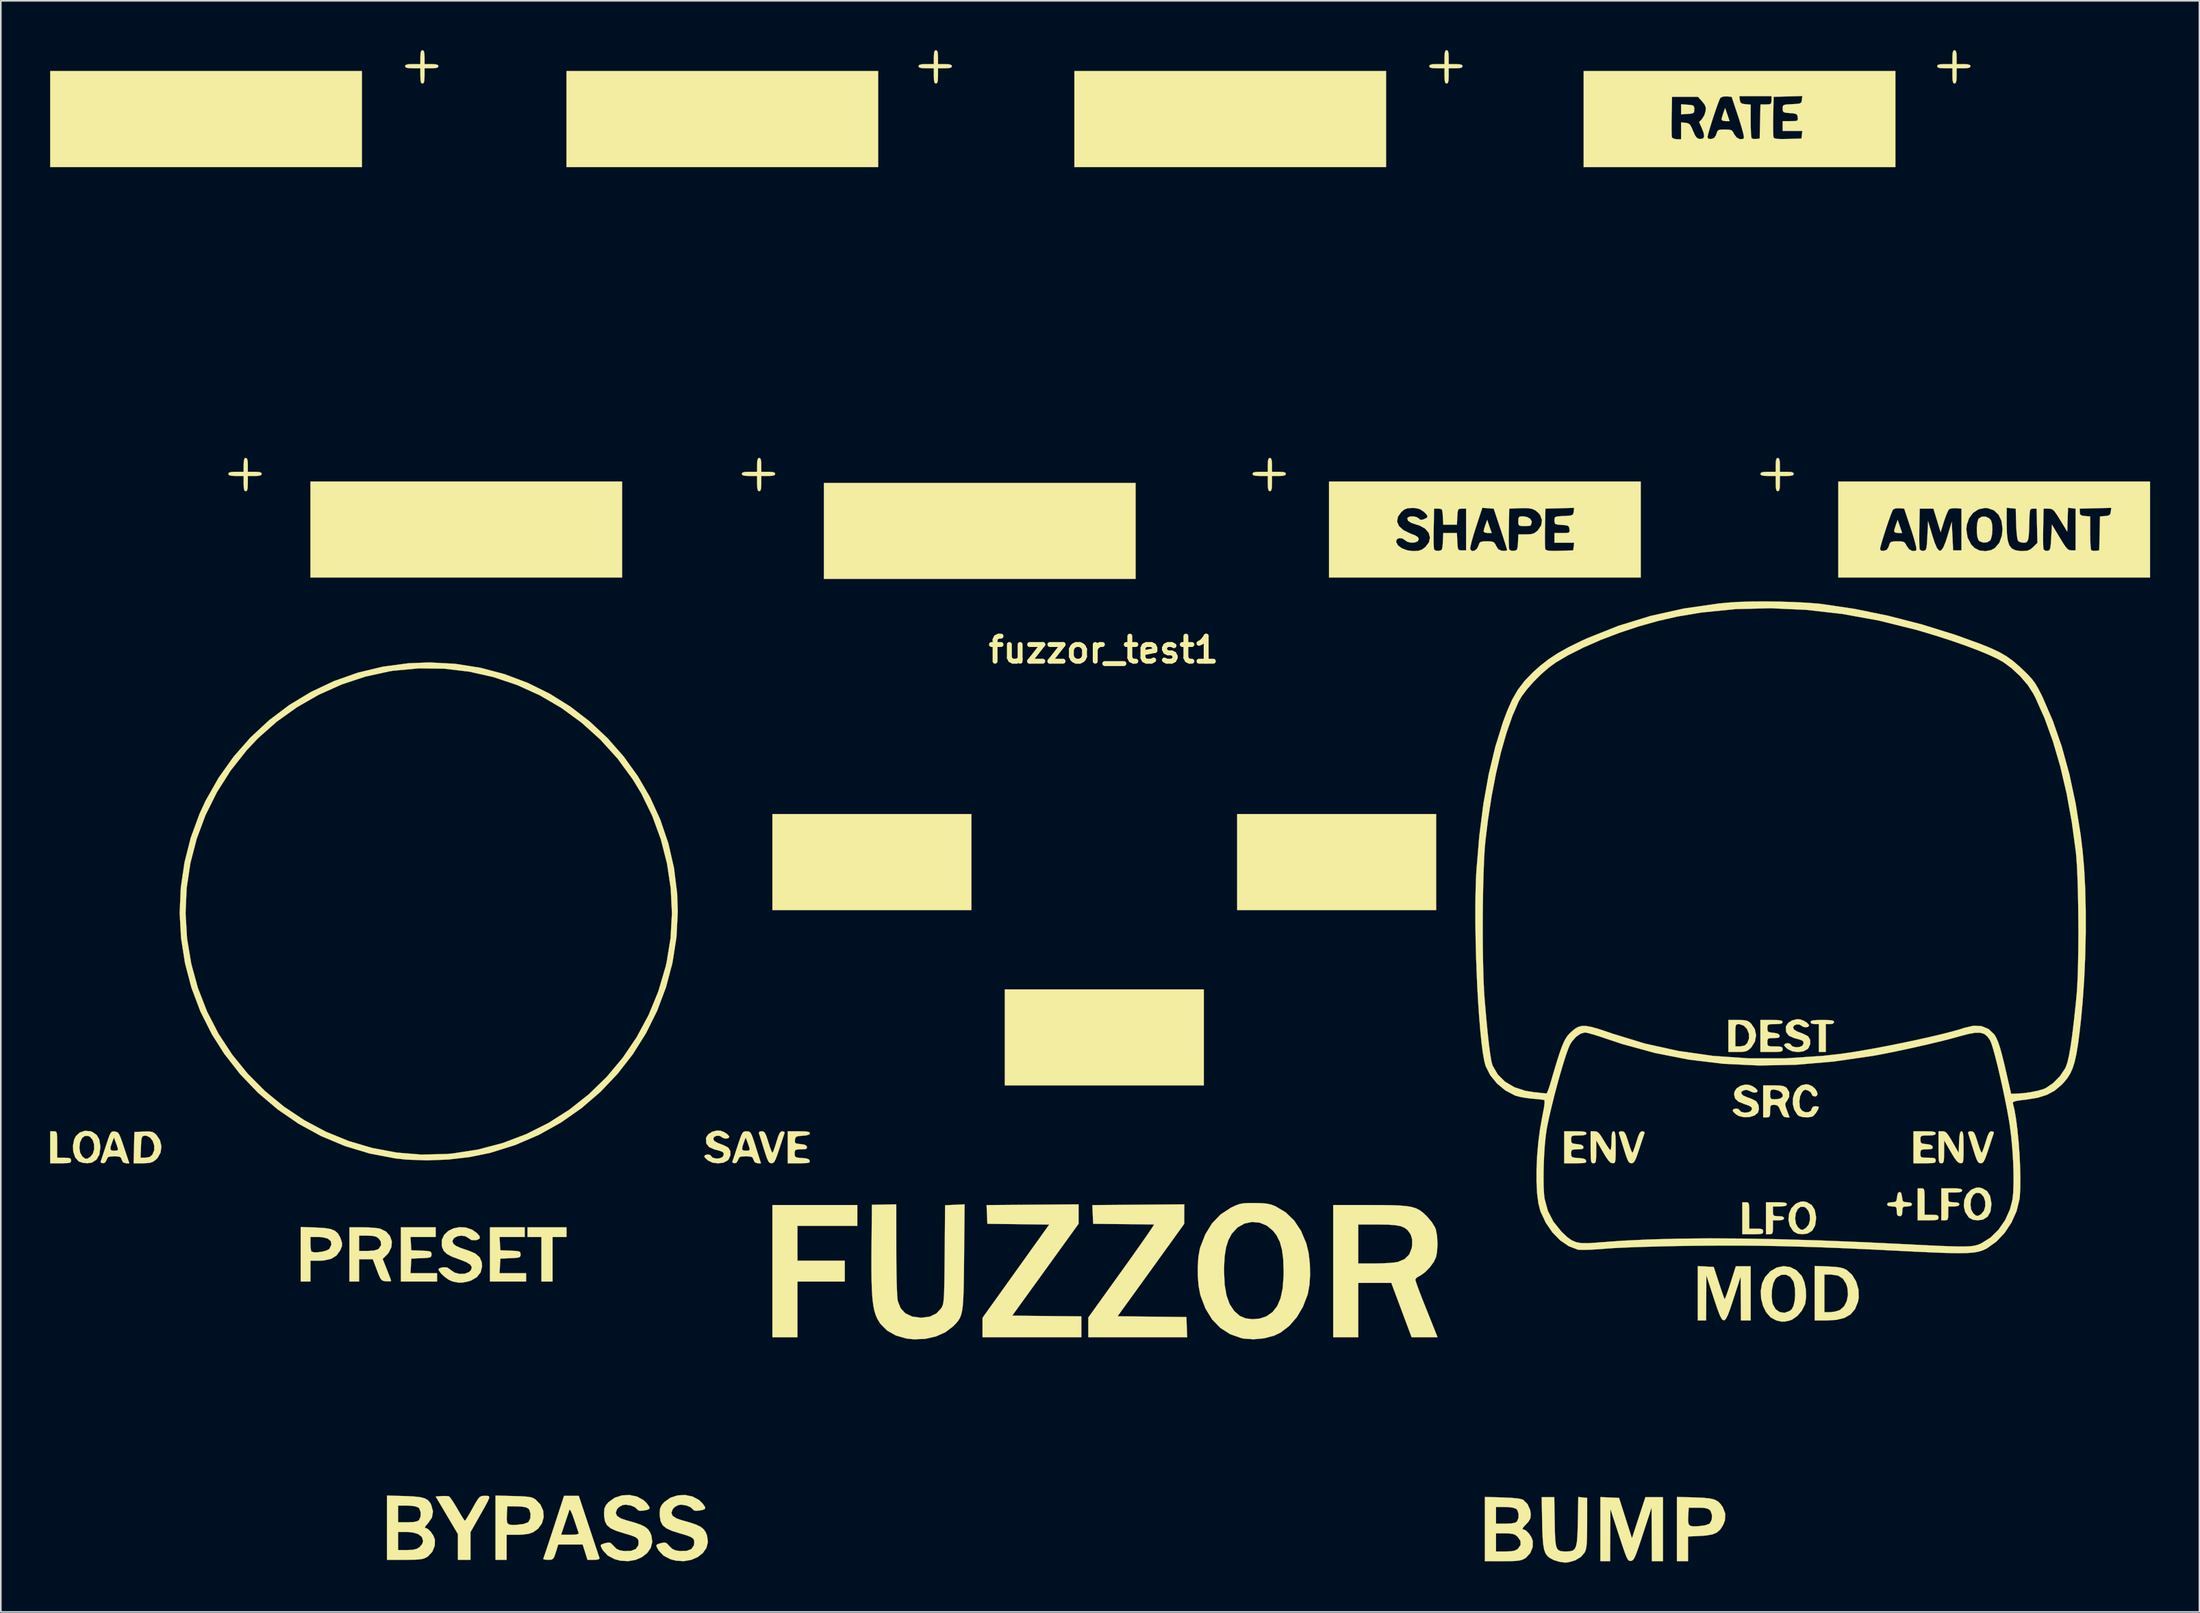
<source format=kicad_pcb>
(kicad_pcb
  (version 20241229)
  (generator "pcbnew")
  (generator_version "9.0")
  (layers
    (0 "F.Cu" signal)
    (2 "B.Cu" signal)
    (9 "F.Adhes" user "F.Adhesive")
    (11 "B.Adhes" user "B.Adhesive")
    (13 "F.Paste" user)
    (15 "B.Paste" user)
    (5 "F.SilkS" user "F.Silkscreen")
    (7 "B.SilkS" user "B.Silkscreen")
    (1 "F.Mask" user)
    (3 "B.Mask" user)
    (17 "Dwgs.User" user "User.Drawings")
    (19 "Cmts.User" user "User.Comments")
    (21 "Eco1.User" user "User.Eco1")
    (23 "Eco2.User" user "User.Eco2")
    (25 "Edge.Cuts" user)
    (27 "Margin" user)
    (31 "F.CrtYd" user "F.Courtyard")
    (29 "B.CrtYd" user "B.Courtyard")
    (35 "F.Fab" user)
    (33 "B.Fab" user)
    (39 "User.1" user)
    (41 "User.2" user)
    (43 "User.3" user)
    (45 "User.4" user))
  (footprint "fuzzor_test1"
    (layer "F.Cu")
    (at 64.098 36.496)
    (property "Reference" "fuzzor_test1" (at 0 0 0) (layer "F.SilkS") (effects (font (size 1.524 1.524) (thickness 0.3))))
    (attr through_hole)
    (fp_poly (pts (xy -45.127 -29.379) (xy -64.093 -29.379) (xy -64.093 -35.221) (xy -45.127 -35.221) (xy -45.127 -29.379)) (stroke (width 0.01) (type solid)) (fill yes) (layer "F.SilkS"))
    (fp_poly (pts (xy -29.295 -4.403) (xy -48.26 -4.403) (xy -48.26 -10.245) (xy -29.295 -10.245) (xy -29.295 -4.403)) (stroke (width 0.01) (type solid)) (fill yes) (layer "F.SilkS"))
    (fp_poly (pts (xy -13.716 -29.379) (xy -32.681 -29.379) (xy -32.681 -35.221) (xy -13.716 -35.221) (xy -13.716 -29.379)) (stroke (width 0.01) (type solid)) (fill yes) (layer "F.SilkS"))
    (fp_poly (pts (xy -8.043 15.833) (xy -20.151 15.833) (xy -20.151 9.991) (xy -8.043 9.991) (xy -8.043 15.833)) (stroke (width 0.01) (type solid)) (fill yes) (layer "F.SilkS"))
    (fp_poly (pts (xy 1.947 -4.318) (xy -17.018 -4.318) (xy -17.018 -10.16) (xy 1.947 -10.16) (xy 1.947 -4.318)) (stroke (width 0.01) (type solid)) (fill yes) (layer "F.SilkS"))
    (fp_poly (pts (xy 6.096 26.501) (xy -6.011 26.501) (xy -6.011 20.659) (xy 6.096 20.659) (xy 6.096 26.501)) (stroke (width 0.01) (type solid)) (fill yes) (layer "F.SilkS"))
    (fp_poly (pts (xy 17.187 -29.379) (xy -1.778 -29.379) (xy -1.778 -35.221) (xy 17.187 -35.221) (xy 17.187 -29.379)) (stroke (width 0.01) (type solid)) (fill yes) (layer "F.SilkS"))
    (fp_poly (pts (xy 20.235 15.833) (xy 8.128 15.833) (xy 8.128 9.991) (xy 20.235 9.991) (xy 20.235 15.833)) (stroke (width 0.01) (type solid)) (fill yes) (layer "F.SilkS"))
    (fp_poly (pts (xy -32.681 35.729) (xy -33.528 35.729) (xy -33.528 38.439) (xy -34.205 38.439) (xy -34.205 35.729) (xy -35.052 35.729) (xy -35.052 35.137) (xy -32.681 35.137) (xy -32.681 35.729)) (stroke (width 0.01) (type solid)) (fill yes) (layer "F.SilkS"))
    (fp_poly (pts (xy 23.475 -7.512) (xy 23.612 -7.112) (xy 23.363 -7.112) (xy 23.181 -7.144) (xy 23.12 -7.218) (xy 23.152 -7.364) (xy 23.221 -7.583) (xy 23.233 -7.618) (xy 23.339 -7.912) (xy 23.475 -7.512)) (stroke (width 0.01) (type solid)) (fill yes) (layer "F.SilkS"))
    (fp_poly (pts (xy 37.953 -32.573) (xy 38.09 -32.173) (xy 37.841 -32.173) (xy 37.659 -32.205) (xy 37.598 -32.279) (xy 37.63 -32.425) (xy 37.699 -32.645) (xy 37.711 -32.679) (xy 37.817 -32.973) (xy 37.953 -32.573)) (stroke (width 0.01) (type solid)) (fill yes) (layer "F.SilkS"))
    (fp_poly (pts (xy 48.452 -7.512) (xy 48.588 -7.112) (xy 48.34 -7.112) (xy 48.158 -7.144) (xy 48.097 -7.218) (xy 48.129 -7.364) (xy 48.198 -7.583) (xy 48.21 -7.618) (xy 48.316 -7.912) (xy 48.452 -7.512)) (stroke (width 0.01) (type solid)) (fill yes) (layer "F.SilkS"))
    (fp_poly (pts (xy -14.986 35.052) (xy -18.627 35.052) (xy -18.627 37.169) (xy -15.748 37.169) (xy -15.748 38.439) (xy -18.627 38.439) (xy -18.627 41.825) (xy -20.151 41.825) (xy -20.151 33.782) (xy -14.986 33.782) (xy -14.986 35.052)) (stroke (width 0.01) (type solid)) (fill yes) (layer "F.SilkS"))
    (fp_poly (pts (xy 35.539 -33.173) (xy 35.782 -33.15) (xy 35.9 -33.102) (xy 35.938 -32.997) (xy 35.941 -32.893) (xy 35.93 -32.739) (xy 35.865 -32.66) (xy 35.704 -32.626) (xy 35.539 -32.613) (xy 35.137 -32.587) (xy 35.137 -33.199) (xy 35.539 -33.173)) (stroke (width 0.01) (type solid)) (fill yes) (layer "F.SilkS"))
    (fp_poly (pts (xy -1.524 34.333) (xy -1.524 34.927) (xy -3.541 37.72) (xy -5.559 40.513) (xy -3.457 40.536) (xy -1.355 40.558) (xy -1.355 41.825) (xy -7.366 41.825) (xy -7.366 40.643) (xy -5.337 37.807) (xy -3.309 34.971) (xy -5.189 34.948) (xy -7.07 34.925) (xy -7.095 34.356) (xy -7.12 33.786) (xy -1.524 33.74) (xy -1.524 34.333)) (stroke (width 0.01) (type solid)) (fill yes) (layer "F.SilkS"))
    (fp_poly (pts (xy 25.778 -8.082) (xy 25.968 -7.966) (xy 26.051 -7.81) (xy 26.04 -7.729) (xy 25.998 -7.599) (xy 25.993 -7.571) (xy 25.917 -7.55) (xy 25.725 -7.537) (xy 25.612 -7.535) (xy 25.378 -7.542) (xy 25.267 -7.585) (xy 25.233 -7.7) (xy 25.231 -7.832) (xy 25.244 -8.03) (xy 25.317 -8.112) (xy 25.502 -8.128) (xy 25.521 -8.128) (xy 25.778 -8.082)) (stroke (width 0.01) (type solid)) (fill yes) (layer "F.SilkS"))
    (fp_poly (pts (xy 44.09 22.527) (xy 44.31 22.546) (xy 44.42 22.586) (xy 44.45 22.648) (xy 44.374 22.749) (xy 44.196 22.775) (xy 43.942 22.775) (xy 43.942 24.469) (xy 43.519 24.469) (xy 43.519 22.775) (xy 43.265 22.775) (xy 43.063 22.737) (xy 43.011 22.648) (xy 43.041 22.585) (xy 43.153 22.546) (xy 43.376 22.527) (xy 43.73 22.521) (xy 44.09 22.527)) (stroke (width 0.01) (type solid)) (fill yes) (layer "F.SilkS"))
    (fp_poly (pts (xy 53.677 -8.105) (xy 53.895 -7.999) (xy 53.998 -7.874) (xy 54.061 -7.646) (xy 54.079 -7.338) (xy 54.056 -7.019) (xy 53.993 -6.756) (xy 53.937 -6.651) (xy 53.751 -6.543) (xy 53.51 -6.53) (xy 53.295 -6.612) (xy 53.245 -6.659) (xy 53.172 -6.84) (xy 53.134 -7.124) (xy 53.13 -7.447) (xy 53.161 -7.746) (xy 53.226 -7.96) (xy 53.248 -7.992) (xy 53.439 -8.106) (xy 53.677 -8.105)) (stroke (width 0.01) (type solid)) (fill yes) (layer "F.SilkS"))
    (fp_poly (pts (xy -63.783 29.3) (xy -63.721 29.338) (xy -63.687 29.44) (xy -63.673 29.638) (xy -63.669 29.963) (xy -63.669 30.099) (xy -63.669 30.903) (xy -63.246 30.903) (xy -62.992 30.912) (xy -62.865 30.95) (xy -62.824 31.034) (xy -62.823 31.073) (xy -62.838 31.159) (xy -62.906 31.21) (xy -63.063 31.234) (xy -63.343 31.242) (xy -63.458 31.242) (xy -64.093 31.242) (xy -64.093 29.295) (xy -63.881 29.295) (xy -63.783 29.3)) (stroke (width 0.01) (type solid)) (fill yes) (layer "F.SilkS"))
    (fp_poly (pts (xy 39.172 33.618) (xy 39.234 33.656) (xy 39.268 33.758) (xy 39.282 33.956) (xy 39.285 34.281) (xy 39.285 34.417) (xy 39.285 35.221) (xy 39.709 35.221) (xy 39.963 35.23) (xy 40.089 35.268) (xy 40.13 35.352) (xy 40.132 35.391) (xy 40.117 35.477) (xy 40.049 35.528) (xy 39.892 35.552) (xy 39.611 35.56) (xy 39.497 35.56) (xy 38.862 35.56) (xy 38.862 33.613) (xy 39.074 33.613) (xy 39.172 33.618)) (stroke (width 0.01) (type solid)) (fill yes) (layer "F.SilkS"))
    (fp_poly (pts (xy 49.84 32.772) (xy 49.902 32.809) (xy 49.936 32.911) (xy 49.95 33.109) (xy 49.953 33.434) (xy 49.953 33.57) (xy 49.953 34.375) (xy 50.377 34.375) (xy 50.631 34.384) (xy 50.757 34.421) (xy 50.798 34.505) (xy 50.8 34.544) (xy 50.785 34.631) (xy 50.717 34.681) (xy 50.56 34.706) (xy 50.279 34.713) (xy 50.165 34.713) (xy 49.53 34.713) (xy 49.53 32.766) (xy 49.742 32.766) (xy 49.84 32.772)) (stroke (width 0.01) (type solid)) (fill yes) (layer "F.SilkS"))
    (fp_poly (pts (xy -35.221 35.729) (xy -36.755 35.729) (xy -36.703 36.534) (xy -36.089 36.559) (xy -35.773 36.575) (xy -35.589 36.601) (xy -35.502 36.649) (xy -35.477 36.735) (xy -35.475 36.788) (xy -35.486 36.893) (xy -35.541 36.957) (xy -35.677 36.991) (xy -35.93 37.01) (xy -36.089 37.017) (xy -36.703 37.042) (xy -36.729 37.486) (xy -36.754 37.931) (xy -35.137 37.931) (xy -35.137 38.439) (xy -37.338 38.439) (xy -37.338 35.137) (xy -35.221 35.137) (xy -35.221 35.729)) (stroke (width 0.01) (type solid)) (fill yes) (layer "F.SilkS"))
    (fp_poly (pts (xy -40.64 35.729) (xy -42.173 35.729) (xy -42.147 36.132) (xy -42.122 36.534) (xy -41.508 36.559) (xy -41.191 36.575) (xy -41.008 36.601) (xy -40.921 36.649) (xy -40.895 36.735) (xy -40.894 36.788) (xy -40.904 36.893) (xy -40.959 36.957) (xy -41.095 36.991) (xy -41.349 37.01) (xy -41.508 37.017) (xy -42.122 37.042) (xy -42.147 37.486) (xy -42.173 37.931) (xy -40.555 37.931) (xy -40.555 38.439) (xy -42.757 38.439) (xy -42.757 35.137) (xy -40.64 35.137) (xy -40.64 35.729)) (stroke (width 0.01) (type solid)) (fill yes) (layer "F.SilkS"))
    (fp_poly (pts (xy 41.271 33.619) (xy 41.468 33.643) (xy 41.557 33.691) (xy 41.571 33.74) (xy 41.526 33.82) (xy 41.369 33.859) (xy 41.148 33.867) (xy 40.725 33.867) (xy 40.725 34.163) (xy 40.735 34.353) (xy 40.798 34.437) (xy 40.963 34.459) (xy 41.063 34.459) (xy 41.299 34.48) (xy 41.396 34.55) (xy 41.402 34.586) (xy 41.346 34.675) (xy 41.161 34.711) (xy 41.063 34.713) (xy 40.725 34.713) (xy 40.725 35.137) (xy 40.718 35.388) (xy 40.683 35.513) (xy 40.598 35.556) (xy 40.513 35.56) (xy 40.301 35.56) (xy 40.301 33.613) (xy 40.936 33.613) (xy 41.271 33.619)) (stroke (width 0.01) (type solid)) (fill yes) (layer "F.SilkS"))
    (fp_poly (pts (xy 51.939 32.773) (xy 52.136 32.797) (xy 52.225 32.844) (xy 52.239 32.893) (xy 52.194 32.973) (xy 52.037 33.012) (xy 51.816 33.02) (xy 51.393 33.02) (xy 51.393 33.316) (xy 51.403 33.506) (xy 51.466 33.59) (xy 51.631 33.612) (xy 51.731 33.613) (xy 51.967 33.634) (xy 52.064 33.703) (xy 52.07 33.74) (xy 52.014 33.828) (xy 51.829 33.864) (xy 51.731 33.867) (xy 51.393 33.867) (xy 51.393 34.29) (xy 51.386 34.541) (xy 51.351 34.667) (xy 51.266 34.709) (xy 51.181 34.713) (xy 50.969 34.713) (xy 50.969 32.766) (xy 51.604 32.766) (xy 51.939 32.773)) (stroke (width 0.01) (type solid)) (fill yes) (layer "F.SilkS"))
    (fp_poly (pts (xy 31.363 51.604) (xy 32.147 54.06) (xy 32.556 52.811) (xy 32.965 51.562) (xy 34.036 51.562) (xy 34.036 55.457) (xy 33.359 55.457) (xy 33.35 53.827) (xy 33.341 52.197) (xy 32.815 53.806) (xy 32.634 54.356) (xy 32.494 54.766) (xy 32.386 55.056) (xy 32.301 55.247) (xy 32.229 55.361) (xy 32.16 55.418) (xy 32.086 55.439) (xy 32.083 55.439) (xy 32.01 55.44) (xy 31.946 55.409) (xy 31.881 55.327) (xy 31.805 55.173) (xy 31.71 54.925) (xy 31.585 54.565) (xy 31.422 54.07) (xy 31.357 53.873) (xy 30.837 52.282) (xy 30.828 53.869) (xy 30.819 55.457) (xy 30.226 55.457) (xy 30.226 51.554) (xy 31.363 51.604)) (stroke (width 0.01) (type solid)) (fill yes) (layer "F.SilkS"))
    (fp_poly (pts (xy -52.117 -11.639) (xy -52.078 -11.482) (xy -52.07 -11.261) (xy -52.07 -10.837) (xy -51.647 -10.837) (xy -51.38 -10.824) (xy -51.25 -10.777) (xy -51.223 -10.71) (xy -51.269 -10.63) (xy -51.426 -10.591) (xy -51.647 -10.583) (xy -52.07 -10.583) (xy -52.07 -10.118) (xy -52.081 -9.837) (xy -52.121 -9.692) (xy -52.197 -9.652) (xy -52.274 -9.694) (xy -52.313 -9.841) (xy -52.324 -10.118) (xy -52.324 -10.583) (xy -52.79 -10.583) (xy -53.07 -10.595) (xy -53.215 -10.635) (xy -53.255 -10.71) (xy -53.214 -10.787) (xy -53.067 -10.826) (xy -52.79 -10.837) (xy -52.324 -10.837) (xy -52.324 -11.261) (xy -52.31 -11.527) (xy -52.263 -11.657) (xy -52.197 -11.684) (xy -52.117 -11.639)) (stroke (width 0.01) (type solid)) (fill yes) (layer "F.SilkS"))
    (fp_poly (pts (xy -41.364 -36.446) (xy -41.325 -36.289) (xy -41.317 -36.068) (xy -41.317 -35.645) (xy -40.894 -35.645) (xy -40.628 -35.631) (xy -40.498 -35.584) (xy -40.471 -35.518) (xy -40.516 -35.438) (xy -40.673 -35.399) (xy -40.894 -35.391) (xy -41.317 -35.391) (xy -41.317 -34.925) (xy -41.329 -34.644) (xy -41.369 -34.5) (xy -41.444 -34.459) (xy -41.521 -34.501) (xy -41.56 -34.648) (xy -41.571 -34.925) (xy -41.571 -35.391) (xy -42.037 -35.391) (xy -42.318 -35.402) (xy -42.462 -35.442) (xy -42.503 -35.518) (xy -42.461 -35.594) (xy -42.314 -35.634) (xy -42.037 -35.645) (xy -41.571 -35.645) (xy -41.571 -36.068) (xy -41.558 -36.334) (xy -41.511 -36.464) (xy -41.444 -36.491) (xy -41.364 -36.446)) (stroke (width 0.01) (type solid)) (fill yes) (layer "F.SilkS"))
    (fp_poly (pts (xy -20.875 -11.639) (xy -20.836 -11.482) (xy -20.828 -11.261) (xy -20.828 -10.837) (xy -20.405 -10.837) (xy -20.138 -10.824) (xy -20.008 -10.777) (xy -19.981 -10.71) (xy -20.027 -10.63) (xy -20.184 -10.591) (xy -20.405 -10.583) (xy -20.828 -10.583) (xy -20.828 -10.118) (xy -20.839 -9.837) (xy -20.879 -9.692) (xy -20.955 -9.652) (xy -21.032 -9.694) (xy -21.071 -9.841) (xy -21.082 -10.118) (xy -21.082 -10.583) (xy -21.548 -10.583) (xy -21.828 -10.595) (xy -21.973 -10.635) (xy -22.013 -10.71) (xy -21.972 -10.787) (xy -21.825 -10.826) (xy -21.548 -10.837) (xy -21.082 -10.837) (xy -21.082 -11.261) (xy -21.068 -11.527) (xy -21.021 -11.657) (xy -20.955 -11.684) (xy -20.875 -11.639)) (stroke (width 0.01) (type solid)) (fill yes) (layer "F.SilkS"))
    (fp_poly (pts (xy -10.122 -36.446) (xy -10.083 -36.289) (xy -10.075 -36.068) (xy -10.075 -35.645) (xy -9.652 -35.645) (xy -9.386 -35.631) (xy -9.256 -35.584) (xy -9.229 -35.518) (xy -9.274 -35.438) (xy -9.431 -35.399) (xy -9.652 -35.391) (xy -10.075 -35.391) (xy -10.075 -34.925) (xy -10.087 -34.644) (xy -10.127 -34.5) (xy -10.202 -34.459) (xy -10.279 -34.501) (xy -10.318 -34.648) (xy -10.329 -34.925) (xy -10.329 -35.391) (xy -10.795 -35.391) (xy -11.076 -35.402) (xy -11.22 -35.442) (xy -11.261 -35.518) (xy -11.219 -35.594) (xy -11.072 -35.634) (xy -10.795 -35.645) (xy -10.329 -35.645) (xy -10.329 -36.068) (xy -10.316 -36.334) (xy -10.269 -36.464) (xy -10.202 -36.491) (xy -10.122 -36.446)) (stroke (width 0.01) (type solid)) (fill yes) (layer "F.SilkS"))
    (fp_poly (pts (xy 10.198 -11.639) (xy 10.237 -11.482) (xy 10.245 -11.261) (xy 10.245 -10.837) (xy 10.668 -10.837) (xy 10.934 -10.824) (xy 11.064 -10.777) (xy 11.091 -10.71) (xy 11.046 -10.63) (xy 10.889 -10.591) (xy 10.668 -10.583) (xy 10.245 -10.583) (xy 10.245 -10.118) (xy 10.233 -9.837) (xy 10.193 -9.692) (xy 10.118 -9.652) (xy 10.041 -9.694) (xy 10.002 -9.841) (xy 9.991 -10.118) (xy 9.991 -10.583) (xy 9.525 -10.583) (xy 9.244 -10.595) (xy 9.1 -10.635) (xy 9.059 -10.71) (xy 9.101 -10.787) (xy 9.248 -10.826) (xy 9.525 -10.837) (xy 9.991 -10.837) (xy 9.991 -11.261) (xy 10.004 -11.527) (xy 10.051 -11.657) (xy 10.118 -11.684) (xy 10.198 -11.639)) (stroke (width 0.01) (type solid)) (fill yes) (layer "F.SilkS"))
    (fp_poly (pts (xy 20.95 -36.446) (xy 20.989 -36.289) (xy 20.997 -36.068) (xy 20.997 -35.645) (xy 21.421 -35.645) (xy 21.687 -35.631) (xy 21.817 -35.584) (xy 21.844 -35.518) (xy 21.799 -35.438) (xy 21.642 -35.399) (xy 21.421 -35.391) (xy 20.997 -35.391) (xy 20.997 -34.925) (xy 20.986 -34.644) (xy 20.946 -34.5) (xy 20.87 -34.459) (xy 20.794 -34.501) (xy 20.754 -34.648) (xy 20.743 -34.925) (xy 20.743 -35.391) (xy 20.278 -35.391) (xy 19.997 -35.402) (xy 19.852 -35.442) (xy 19.812 -35.518) (xy 19.854 -35.594) (xy 20.001 -35.634) (xy 20.278 -35.645) (xy 20.743 -35.645) (xy 20.743 -36.068) (xy 20.757 -36.334) (xy 20.804 -36.464) (xy 20.87 -36.491) (xy 20.95 -36.446)) (stroke (width 0.01) (type solid)) (fill yes) (layer "F.SilkS"))
    (fp_poly (pts (xy 36.638 37.524) (xy 37.123 37.55) (xy 37.437 38.511) (xy 37.562 38.888) (xy 37.669 39.201) (xy 37.748 39.419) (xy 37.786 39.508) (xy 37.824 39.446) (xy 37.9 39.251) (xy 38.005 38.953) (xy 38.128 38.581) (xy 38.145 38.525) (xy 38.468 37.507) (xy 39.37 37.507) (xy 39.37 40.809) (xy 38.777 40.809) (xy 38.769 39.476) (xy 38.761 38.142) (xy 38.329 39.479) (xy 38.141 40.048) (xy 37.99 40.459) (xy 37.862 40.712) (xy 37.746 40.807) (xy 37.631 40.743) (xy 37.505 40.519) (xy 37.356 40.134) (xy 37.172 39.588) (xy 37.115 39.412) (xy 36.674 38.058) (xy 36.661 40.809) (xy 36.153 40.809) (xy 36.153 37.499) (xy 36.638 37.524)) (stroke (width 0.01) (type solid)) (fill yes) (layer "F.SilkS"))
    (fp_poly (pts (xy 41.101 -11.639) (xy 41.14 -11.482) (xy 41.148 -11.261) (xy 41.148 -10.837) (xy 41.571 -10.837) (xy 41.838 -10.824) (xy 41.968 -10.777) (xy 41.995 -10.71) (xy 41.949 -10.63) (xy 41.792 -10.591) (xy 41.571 -10.583) (xy 41.148 -10.583) (xy 41.148 -10.118) (xy 41.137 -9.837) (xy 41.097 -9.692) (xy 41.021 -9.652) (xy 40.944 -9.694) (xy 40.905 -9.841) (xy 40.894 -10.118) (xy 40.894 -10.583) (xy 40.428 -10.583) (xy 40.148 -10.595) (xy 40.003 -10.635) (xy 39.963 -10.71) (xy 40.004 -10.787) (xy 40.151 -10.826) (xy 40.428 -10.837) (xy 40.894 -10.837) (xy 40.894 -11.261) (xy 40.908 -11.527) (xy 40.955 -11.657) (xy 41.021 -11.684) (xy 41.101 -11.639)) (stroke (width 0.01) (type solid)) (fill yes) (layer "F.SilkS"))
    (fp_poly (pts (xy 51.854 -36.446) (xy 51.893 -36.289) (xy 51.901 -36.068) (xy 51.901 -35.645) (xy 52.324 -35.645) (xy 52.59 -35.631) (xy 52.72 -35.584) (xy 52.747 -35.518) (xy 52.702 -35.438) (xy 52.545 -35.399) (xy 52.324 -35.391) (xy 51.901 -35.391) (xy 51.901 -34.925) (xy 51.889 -34.644) (xy 51.849 -34.5) (xy 51.774 -34.459) (xy 51.697 -34.501) (xy 51.658 -34.648) (xy 51.647 -34.925) (xy 51.647 -35.391) (xy 51.181 -35.391) (xy 50.9 -35.402) (xy 50.756 -35.442) (xy 50.715 -35.518) (xy 50.757 -35.594) (xy 50.904 -35.634) (xy 51.181 -35.645) (xy 51.647 -35.645) (xy 51.647 -36.068) (xy 51.66 -36.334) (xy 51.707 -36.464) (xy 51.774 -36.491) (xy 51.854 -36.446)) (stroke (width 0.01) (type solid)) (fill yes) (layer "F.SilkS"))
    (fp_poly (pts (xy 38.92 22.529) (xy 39.129 22.562) (xy 39.277 22.635) (xy 39.399 22.742) (xy 39.623 23.076) (xy 39.7 23.452) (xy 39.63 23.834) (xy 39.413 24.183) (xy 39.372 24.226) (xy 39.22 24.359) (xy 39.065 24.433) (xy 38.85 24.463) (xy 38.572 24.469) (xy 38.015 24.469) (xy 38.015 23.453) (xy 38.439 23.453) (xy 38.439 24.13) (xy 38.73 24.13) (xy 38.999 24.078) (xy 39.154 23.942) (xy 39.269 23.658) (xy 39.261 23.355) (xy 39.151 23.078) (xy 38.956 22.871) (xy 38.696 22.777) (xy 38.654 22.775) (xy 38.547 22.782) (xy 38.483 22.826) (xy 38.451 22.94) (xy 38.44 23.16) (xy 38.439 23.453) (xy 38.015 23.453) (xy 38.015 22.521) (xy 38.596 22.521) (xy 38.92 22.529)) (stroke (width 0.01) (type solid)) (fill yes) (layer "F.SilkS"))
    (fp_poly (pts (xy -57.904 29.329) (xy -57.763 29.396) (xy -57.636 29.509) (xy -57.416 29.834) (xy -57.329 30.207) (xy -57.375 30.58) (xy -57.553 30.91) (xy -57.667 31.025) (xy -57.842 31.149) (xy -58.032 31.215) (xy -58.299 31.24) (xy -58.472 31.242) (xy -59.018 31.242) (xy -59.01 30.903) (xy -58.596 30.903) (xy -58.301 30.903) (xy -58.033 30.854) (xy -57.874 30.715) (xy -57.766 30.448) (xy -57.765 30.158) (xy -57.855 29.885) (xy -58.018 29.674) (xy -58.235 29.566) (xy -58.358 29.564) (xy -58.454 29.591) (xy -58.513 29.663) (xy -58.546 29.817) (xy -58.565 30.088) (xy -58.572 30.247) (xy -58.596 30.903) (xy -59.01 30.903) (xy -58.994 30.29) (xy -58.97 29.337) (xy -58.414 29.312) (xy -58.103 29.306) (xy -57.904 29.329)) (stroke (width 0.01) (type solid)) (fill yes) (layer "F.SilkS"))
    (fp_poly (pts (xy 44.092 37.521) (xy 44.519 37.546) (xy 44.82 37.586) (xy 45.042 37.649) (xy 45.217 37.738) (xy 45.548 38.036) (xy 45.79 38.442) (xy 45.928 38.914) (xy 45.947 39.405) (xy 45.898 39.677) (xy 45.723 40.111) (xy 45.454 40.432) (xy 45.078 40.65) (xy 44.579 40.772) (xy 44.005 40.807) (xy 43.265 40.809) (xy 43.265 38.015) (xy 43.857 38.015) (xy 43.857 40.301) (xy 44.2 40.301) (xy 44.496 40.267) (xy 44.77 40.183) (xy 44.8 40.169) (xy 45.054 39.948) (xy 45.221 39.62) (xy 45.291 39.226) (xy 45.254 38.81) (xy 45.179 38.574) (xy 44.98 38.26) (xy 44.693 38.078) (xy 44.295 38.016) (xy 44.262 38.015) (xy 43.857 38.015) (xy 43.265 38.015) (xy 43.265 37.488) (xy 44.092 37.521)) (stroke (width 0.01) (type solid)) (fill yes) (layer "F.SilkS"))
    (fp_poly (pts (xy 4.908 34.332) (xy 4.906 34.925) (xy 4.207 35.899) (xy 3.957 36.246) (xy 3.631 36.698) (xy 3.254 37.222) (xy 2.848 37.785) (xy 2.437 38.354) (xy 2.179 38.712) (xy 0.85 40.552) (xy 2.944 40.575) (xy 5.038 40.598) (xy 5.061 41.212) (xy 5.084 41.825) (xy -0.931 41.825) (xy -0.931 40.627) (xy 1.1 37.797) (xy 1.536 37.189) (xy 1.936 36.625) (xy 2.291 36.121) (xy 2.592 35.69) (xy 2.828 35.346) (xy 2.989 35.105) (xy 3.065 34.98) (xy 3.069 34.965) (xy 2.969 34.963) (xy 2.725 34.961) (xy 2.364 34.956) (xy 1.909 34.951) (xy 1.388 34.946) (xy 1.185 34.944) (xy -0.635 34.925) (xy -0.66 34.356) (xy -0.685 33.786) (xy 2.113 33.763) (xy 4.911 33.74) (xy 4.908 34.332)) (stroke (width 0.01) (type solid)) (fill yes) (layer "F.SilkS"))
    (fp_poly (pts (xy -37.509 51.478) (xy -37.418 51.493) (xy -37.379 51.543) (xy -37.398 51.65) (xy -37.48 51.833) (xy -37.631 52.115) (xy -37.856 52.515) (xy -37.975 52.724) (xy -38.523 53.693) (xy -38.523 55.372) (xy -39.285 55.372) (xy -39.286 54.589) (xy -39.287 53.806) (xy -39.962 52.663) (xy -40.638 51.52) (xy -40.291 51.493) (xy -40.044 51.486) (xy -39.863 51.5) (xy -39.835 51.508) (xy -39.749 51.596) (xy -39.606 51.798) (xy -39.429 52.08) (xy -39.316 52.273) (xy -39.137 52.58) (xy -38.989 52.823) (xy -38.89 52.969) (xy -38.862 52.997) (xy -38.806 52.929) (xy -38.688 52.742) (xy -38.527 52.469) (xy -38.397 52.238) (xy -38.205 51.896) (xy -38.068 51.676) (xy -37.96 51.551) (xy -37.856 51.494) (xy -37.727 51.478) (xy -37.647 51.477) (xy -37.509 51.478)) (stroke (width 0.01) (type solid)) (fill yes) (layer "F.SilkS"))
    (fp_poly (pts (xy -47.926 35.15) (xy -47.411 35.181) (xy -47.036 35.242) (xy -46.771 35.348) (xy -46.586 35.512) (xy -46.452 35.748) (xy -46.405 35.871) (xy -46.336 36.105) (xy -46.342 36.284) (xy -46.428 36.502) (xy -46.447 36.541) (xy -46.673 36.855) (xy -46.999 37.057) (xy -47.441 37.155) (xy -47.731 37.169) (xy -48.26 37.169) (xy -48.26 38.439) (xy -48.853 38.439) (xy -48.853 35.729) (xy -48.26 35.729) (xy -48.26 36.139) (xy -48.248 36.391) (xy -48.217 36.57) (xy -48.197 36.612) (xy -48.055 36.659) (xy -47.816 36.658) (xy -47.539 36.619) (xy -47.288 36.552) (xy -47.122 36.466) (xy -47.104 36.446) (xy -46.984 36.19) (xy -47.02 35.98) (xy -47.201 35.828) (xy -47.518 35.743) (xy -47.758 35.729) (xy -48.26 35.729) (xy -48.853 35.729) (xy -48.853 35.118) (xy -47.926 35.15)) (stroke (width 0.01) (type solid)) (fill yes) (layer "F.SilkS"))
    (fp_poly (pts (xy -19.418 29.335) (xy -19.41 29.401) (xy -19.452 29.521) (xy -19.533 29.764) (xy -19.641 30.092) (xy -19.734 30.374) (xy -19.864 30.762) (xy -19.963 31.015) (xy -20.045 31.161) (xy -20.125 31.227) (xy -20.209 31.242) (xy -20.299 31.225) (xy -20.377 31.154) (xy -20.456 31.002) (xy -20.551 30.741) (xy -20.668 30.374) (xy -20.782 30.007) (xy -20.88 29.696) (xy -20.95 29.479) (xy -20.976 29.401) (xy -20.94 29.317) (xy -20.807 29.295) (xy -20.699 29.311) (xy -20.616 29.381) (xy -20.537 29.536) (xy -20.444 29.81) (xy -20.396 29.964) (xy -20.299 30.267) (xy -20.213 30.49) (xy -20.155 30.598) (xy -20.143 30.603) (xy -20.097 30.512) (xy -20.019 30.3) (xy -19.926 30.008) (xy -19.903 29.933) (xy -19.797 29.602) (xy -19.71 29.406) (xy -19.625 29.314) (xy -19.542 29.295) (xy -19.418 29.335)) (stroke (width 0.01) (type solid)) (fill yes) (layer "F.SilkS"))
    (fp_poly (pts (xy 32.906 29.335) (xy 32.914 29.401) (xy 32.872 29.521) (xy 32.791 29.764) (xy 32.683 30.092) (xy 32.59 30.374) (xy 32.46 30.762) (xy 32.361 31.015) (xy 32.279 31.161) (xy 32.199 31.227) (xy 32.115 31.242) (xy 32.025 31.225) (xy 31.947 31.154) (xy 31.868 31.002) (xy 31.773 30.741) (xy 31.656 30.374) (xy 31.542 30.007) (xy 31.444 29.696) (xy 31.374 29.479) (xy 31.348 29.401) (xy 31.384 29.317) (xy 31.517 29.295) (xy 31.625 29.311) (xy 31.708 29.381) (xy 31.787 29.536) (xy 31.88 29.81) (xy 31.928 29.964) (xy 32.026 30.267) (xy 32.111 30.49) (xy 32.169 30.598) (xy 32.181 30.603) (xy 32.227 30.512) (xy 32.305 30.3) (xy 32.398 30.008) (xy 32.421 29.933) (xy 32.527 29.602) (xy 32.614 29.406) (xy 32.699 29.314) (xy 32.782 29.295) (xy 32.906 29.335)) (stroke (width 0.01) (type solid)) (fill yes) (layer "F.SilkS"))
    (fp_poly (pts (xy 35.966 51.575) (xy 36.494 51.597) (xy 36.885 51.637) (xy 37.169 51.706) (xy 37.377 51.816) (xy 37.541 51.977) (xy 37.68 52.18) (xy 37.827 52.567) (xy 37.805 52.971) (xy 37.698 53.249) (xy 37.525 53.524) (xy 37.315 53.712) (xy 37.032 53.829) (xy 36.639 53.895) (xy 36.322 53.917) (xy 35.56 53.953) (xy 35.56 55.457) (xy 34.883 55.457) (xy 34.883 52.998) (xy 35.565 52.998) (xy 35.597 53.207) (xy 35.703 53.309) (xy 35.91 53.337) (xy 36.197 53.325) (xy 36.597 53.274) (xy 36.845 53.183) (xy 36.888 53.149) (xy 37.001 52.932) (xy 37.017 52.658) (xy 36.937 52.409) (xy 36.883 52.341) (xy 36.741 52.255) (xy 36.506 52.209) (xy 36.171 52.197) (xy 35.602 52.197) (xy 35.576 52.653) (xy 35.565 52.998) (xy 34.883 52.998) (xy 34.883 51.545) (xy 35.966 51.575)) (stroke (width 0.01) (type solid)) (fill yes) (layer "F.SilkS"))
    (fp_poly (pts (xy 54.158 29.335) (xy 54.165 29.401) (xy 54.124 29.521) (xy 54.042 29.764) (xy 53.934 30.092) (xy 53.842 30.374) (xy 53.711 30.762) (xy 53.612 31.015) (xy 53.531 31.161) (xy 53.451 31.227) (xy 53.367 31.242) (xy 53.276 31.225) (xy 53.198 31.154) (xy 53.119 31.002) (xy 53.024 30.741) (xy 52.907 30.374) (xy 52.793 30.007) (xy 52.695 29.696) (xy 52.626 29.479) (xy 52.599 29.401) (xy 52.636 29.317) (xy 52.768 29.295) (xy 52.876 29.311) (xy 52.96 29.381) (xy 53.038 29.536) (xy 53.132 29.81) (xy 53.179 29.964) (xy 53.277 30.267) (xy 53.362 30.49) (xy 53.42 30.598) (xy 53.432 30.603) (xy 53.478 30.512) (xy 53.556 30.3) (xy 53.65 30.008) (xy 53.672 29.933) (xy 53.778 29.602) (xy 53.865 29.406) (xy 53.95 29.314) (xy 54.033 29.295) (xy 54.158 29.335)) (stroke (width 0.01) (type solid)) (fill yes) (layer "F.SilkS"))
    (fp_poly (pts (xy -61.641 29.292) (xy -61.525 29.336) (xy -61.265 29.518) (xy -61.111 29.784) (xy -61.048 30.163) (xy -61.045 30.308) (xy -61.105 30.721) (xy -61.28 31.022) (xy -61.558 31.199) (xy -61.838 31.242) (xy -62.11 31.212) (xy -62.337 31.137) (xy -62.374 31.115) (xy -62.573 30.881) (xy -62.687 30.55) (xy -62.704 30.288) (xy -62.317 30.288) (xy -62.27 30.595) (xy -62.145 30.819) (xy -61.982 30.956) (xy -61.848 30.968) (xy -61.663 30.861) (xy -61.663 30.861) (xy -61.496 30.659) (xy -61.418 30.384) (xy -61.424 30.088) (xy -61.51 29.819) (xy -61.671 29.63) (xy -61.785 29.578) (xy -61.987 29.575) (xy -62.153 29.706) (xy -62.16 29.715) (xy -62.281 29.971) (xy -62.317 30.288) (xy -62.704 30.288) (xy -62.711 30.175) (xy -62.639 29.807) (xy -62.533 29.59) (xy -62.296 29.369) (xy -61.98 29.265) (xy -61.641 29.292)) (stroke (width 0.01) (type solid)) (fill yes) (layer "F.SilkS"))
    (fp_poly (pts (xy -35.905 51.49) (xy -35.439 51.506) (xy -35.108 51.527) (xy -34.88 51.56) (xy -34.72 51.608) (xy -34.595 51.678) (xy -34.571 51.695) (xy -34.264 52.011) (xy -34.097 52.381) (xy -34.067 52.772) (xy -34.172 53.15) (xy -34.41 53.48) (xy -34.719 53.7) (xy -35.008 53.796) (xy -35.411 53.842) (xy -35.666 53.848) (xy -36.322 53.848) (xy -36.322 55.372) (xy -36.999 55.372) (xy -36.999 52.914) (xy -36.317 52.914) (xy -36.285 53.122) (xy -36.179 53.224) (xy -35.972 53.252) (xy -35.685 53.24) (xy -35.285 53.189) (xy -35.037 53.099) (xy -34.995 53.065) (xy -34.882 52.85) (xy -34.864 52.578) (xy -34.939 52.332) (xy -34.992 52.263) (xy -35.147 52.177) (xy -35.419 52.131) (xy -35.704 52.119) (xy -36.28 52.112) (xy -36.306 52.568) (xy -36.317 52.914) (xy -36.999 52.914) (xy -36.999 51.46) (xy -35.905 51.49)) (stroke (width 0.01) (type solid)) (fill yes) (layer "F.SilkS"))
    (fp_poly (pts (xy 42.8 33.613) (xy 43.09 33.786) (xy 43.271 34.079) (xy 43.347 34.501) (xy 43.349 34.618) (xy 43.29 35.038) (xy 43.117 35.34) (xy 42.835 35.515) (xy 42.534 35.56) (xy 42.232 35.528) (xy 42.016 35.415) (xy 41.954 35.358) (xy 41.752 35.05) (xy 41.67 34.688) (xy 41.678 34.606) (xy 42.077 34.606) (xy 42.124 34.913) (xy 42.249 35.137) (xy 42.412 35.274) (xy 42.546 35.286) (xy 42.731 35.179) (xy 42.731 35.179) (xy 42.898 34.977) (xy 42.976 34.702) (xy 42.97 34.406) (xy 42.884 34.137) (xy 42.723 33.948) (xy 42.609 33.896) (xy 42.407 33.893) (xy 42.241 34.024) (xy 42.234 34.033) (xy 42.113 34.289) (xy 42.077 34.606) (xy 41.678 34.606) (xy 41.703 34.316) (xy 41.845 33.98) (xy 42.089 33.725) (xy 42.185 33.669) (xy 42.426 33.573) (xy 42.625 33.567) (xy 42.8 33.613)) (stroke (width 0.01) (type solid)) (fill yes) (layer "F.SilkS"))
    (fp_poly (pts (xy 48.531 33.054) (xy 48.582 33.288) (xy 48.583 33.295) (xy 48.612 33.503) (xy 48.688 33.592) (xy 48.859 33.612) (xy 48.9 33.613) (xy 49.117 33.641) (xy 49.191 33.732) (xy 49.191 33.74) (xy 49.127 33.834) (xy 48.922 33.866) (xy 48.895 33.867) (xy 48.696 33.88) (xy 48.615 33.954) (xy 48.599 34.14) (xy 48.599 34.163) (xy 48.58 34.367) (xy 48.506 34.45) (xy 48.429 34.459) (xy 48.313 34.426) (xy 48.266 34.297) (xy 48.26 34.163) (xy 48.247 33.964) (xy 48.173 33.883) (xy 47.986 33.867) (xy 47.964 33.867) (xy 47.744 33.839) (xy 47.668 33.751) (xy 47.667 33.74) (xy 47.733 33.645) (xy 47.941 33.613) (xy 47.959 33.613) (xy 48.151 33.599) (xy 48.238 33.525) (xy 48.272 33.34) (xy 48.276 33.295) (xy 48.326 33.058) (xy 48.427 32.978) (xy 48.429 32.978) (xy 48.531 33.054)) (stroke (width 0.01) (type solid)) (fill yes) (layer "F.SilkS"))
    (fp_poly (pts (xy 53.468 32.766) (xy 53.758 32.939) (xy 53.939 33.233) (xy 54.015 33.654) (xy 54.017 33.771) (xy 53.958 34.191) (xy 53.785 34.493) (xy 53.503 34.669) (xy 53.202 34.713) (xy 52.9 34.681) (xy 52.684 34.568) (xy 52.622 34.511) (xy 52.42 34.204) (xy 52.338 33.841) (xy 52.346 33.759) (xy 52.745 33.759) (xy 52.792 34.067) (xy 52.917 34.29) (xy 53.08 34.428) (xy 53.214 34.44) (xy 53.399 34.333) (xy 53.399 34.332) (xy 53.566 34.13) (xy 53.644 33.855) (xy 53.638 33.559) (xy 53.552 33.291) (xy 53.391 33.101) (xy 53.277 33.05) (xy 53.075 33.046) (xy 52.909 33.177) (xy 52.902 33.186) (xy 52.781 33.442) (xy 52.745 33.759) (xy 52.346 33.759) (xy 52.371 33.469) (xy 52.513 33.133) (xy 52.757 32.878) (xy 52.853 32.823) (xy 53.094 32.727) (xy 53.293 32.72) (xy 53.468 32.766)) (stroke (width 0.01) (type solid)) (fill yes) (layer "F.SilkS"))
    (fp_poly (pts (xy -18.192 29.301) (xy -17.982 29.324) (xy -17.883 29.368) (xy -17.865 29.417) (xy -17.922 29.499) (xy -18.11 29.548) (xy -18.309 29.565) (xy -18.57 29.588) (xy -18.706 29.632) (xy -18.764 29.722) (xy -18.78 29.819) (xy -18.782 29.962) (xy -18.717 30.033) (xy -18.54 30.065) (xy -18.442 30.073) (xy -18.188 30.113) (xy -18.068 30.197) (xy -18.05 30.247) (xy -18.06 30.339) (xy -18.16 30.383) (xy -18.389 30.395) (xy -18.409 30.395) (xy -18.646 30.403) (xy -18.759 30.444) (xy -18.794 30.548) (xy -18.796 30.645) (xy -18.786 30.791) (xy -18.727 30.868) (xy -18.577 30.904) (xy -18.352 30.92) (xy -18.075 30.95) (xy -17.93 31.007) (xy -17.88 31.094) (xy -17.884 31.168) (xy -17.952 31.212) (xy -18.115 31.234) (xy -18.405 31.242) (xy -18.536 31.242) (xy -19.219 31.242) (xy -19.219 29.295) (xy -18.542 29.295) (xy -18.192 29.301)) (stroke (width 0.01) (type solid)) (fill yes) (layer "F.SilkS"))
    (fp_poly (pts (xy 51.165 29.312) (xy 51.276 29.382) (xy 51.4 29.534) (xy 51.564 29.797) (xy 51.653 29.951) (xy 52.028 30.607) (xy 52.052 29.951) (xy 52.073 29.604) (xy 52.107 29.398) (xy 52.16 29.307) (xy 52.201 29.295) (xy 52.255 29.323) (xy 52.291 29.426) (xy 52.313 29.628) (xy 52.322 29.957) (xy 52.324 30.268) (xy 52.323 30.686) (xy 52.315 30.963) (xy 52.296 31.128) (xy 52.258 31.21) (xy 52.198 31.237) (xy 52.133 31.239) (xy 52.02 31.204) (xy 51.893 31.085) (xy 51.733 30.859) (xy 51.543 30.541) (xy 51.143 29.845) (xy 51.141 30.544) (xy 51.136 30.887) (xy 51.12 31.095) (xy 51.084 31.201) (xy 51.02 31.239) (xy 50.969 31.242) (xy 50.897 31.232) (xy 50.848 31.182) (xy 50.819 31.063) (xy 50.805 30.848) (xy 50.8 30.506) (xy 50.8 30.268) (xy 50.8 29.295) (xy 51.039 29.295) (xy 51.165 29.312)) (stroke (width 0.01) (type solid)) (fill yes) (layer "F.SilkS"))
    (fp_poly (pts (xy 29.05 29.301) (xy 29.258 29.322) (xy 29.358 29.365) (xy 29.379 29.422) (xy 29.338 29.498) (xy 29.191 29.538) (xy 28.914 29.549) (xy 28.647 29.553) (xy 28.509 29.581) (xy 28.456 29.655) (xy 28.448 29.797) (xy 28.448 29.798) (xy 28.462 29.956) (xy 28.537 30.033) (xy 28.719 30.066) (xy 28.807 30.073) (xy 29.06 30.114) (xy 29.178 30.2) (xy 29.194 30.247) (xy 29.184 30.339) (xy 29.084 30.383) (xy 28.855 30.395) (xy 28.835 30.395) (xy 28.598 30.403) (xy 28.485 30.444) (xy 28.45 30.548) (xy 28.448 30.645) (xy 28.458 30.791) (xy 28.517 30.868) (xy 28.667 30.904) (xy 28.892 30.92) (xy 29.169 30.95) (xy 29.314 31.007) (xy 29.364 31.094) (xy 29.36 31.168) (xy 29.292 31.212) (xy 29.129 31.234) (xy 28.839 31.242) (xy 28.708 31.242) (xy 28.025 31.242) (xy 28.025 29.295) (xy 28.702 29.295) (xy 29.05 29.301)) (stroke (width 0.01) (type solid)) (fill yes) (layer "F.SilkS"))
    (fp_poly (pts (xy 42.904 26.456) (xy 43.118 26.554) (xy 43.291 26.708) (xy 43.403 26.883) (xy 43.438 27.043) (xy 43.377 27.151) (xy 43.265 27.178) (xy 43.126 27.124) (xy 43.095 27.049) (xy 43.026 26.924) (xy 42.874 26.819) (xy 42.7 26.765) (xy 42.576 26.821) (xy 42.493 26.915) (xy 42.382 27.153) (xy 42.333 27.471) (xy 42.354 27.784) (xy 42.386 27.893) (xy 42.512 28.054) (xy 42.7 28.133) (xy 42.896 28.128) (xy 43.045 28.04) (xy 43.095 27.895) (xy 43.169 27.796) (xy 43.307 27.771) (xy 43.466 27.787) (xy 43.519 27.817) (xy 43.468 27.972) (xy 43.35 28.17) (xy 43.213 28.337) (xy 43.134 28.395) (xy 42.869 28.448) (xy 42.576 28.437) (xy 42.328 28.37) (xy 42.225 28.3) (xy 42.024 27.984) (xy 41.934 27.634) (xy 41.942 27.279) (xy 42.039 26.95) (xy 42.213 26.68) (xy 42.451 26.497) (xy 42.744 26.434) (xy 42.904 26.456)) (stroke (width 0.01) (type solid)) (fill yes) (layer "F.SilkS"))
    (fp_poly (pts (xy 40.988 22.527) (xy 41.196 22.549) (xy 41.296 22.592) (xy 41.317 22.648) (xy 41.276 22.725) (xy 41.129 22.764) (xy 40.852 22.775) (xy 40.585 22.78) (xy 40.447 22.808) (xy 40.394 22.882) (xy 40.386 23.024) (xy 40.386 23.024) (xy 40.4 23.182) (xy 40.475 23.26) (xy 40.657 23.293) (xy 40.745 23.3) (xy 40.998 23.341) (xy 41.116 23.427) (xy 41.132 23.474) (xy 41.122 23.566) (xy 41.022 23.61) (xy 40.793 23.622) (xy 40.773 23.622) (xy 40.536 23.629) (xy 40.423 23.67) (xy 40.388 23.775) (xy 40.386 23.876) (xy 40.394 24.021) (xy 40.445 24.097) (xy 40.581 24.125) (xy 40.845 24.13) (xy 40.852 24.13) (xy 41.121 24.137) (xy 41.261 24.169) (xy 41.312 24.24) (xy 41.317 24.299) (xy 41.303 24.384) (xy 41.238 24.434) (xy 41.088 24.46) (xy 40.819 24.468) (xy 40.64 24.469) (xy 39.963 24.469) (xy 39.963 22.521) (xy 40.64 22.521) (xy 40.988 22.527)) (stroke (width 0.01) (type solid)) (fill yes) (layer "F.SilkS"))
    (fp_poly (pts (xy 50.301 29.301) (xy 50.509 29.322) (xy 50.609 29.365) (xy 50.631 29.422) (xy 50.589 29.498) (xy 50.442 29.538) (xy 50.165 29.549) (xy 49.899 29.553) (xy 49.76 29.581) (xy 49.708 29.655) (xy 49.699 29.797) (xy 49.699 29.798) (xy 49.714 29.956) (xy 49.788 30.033) (xy 49.97 30.066) (xy 50.058 30.073) (xy 50.311 30.114) (xy 50.429 30.2) (xy 50.446 30.247) (xy 50.436 30.339) (xy 50.335 30.383) (xy 50.106 30.395) (xy 50.087 30.395) (xy 49.85 30.402) (xy 49.737 30.443) (xy 49.702 30.549) (xy 49.699 30.649) (xy 49.707 30.795) (xy 49.758 30.87) (xy 49.895 30.899) (xy 50.158 30.903) (xy 50.165 30.903) (xy 50.434 30.911) (xy 50.574 30.942) (xy 50.626 31.013) (xy 50.631 31.073) (xy 50.617 31.157) (xy 50.551 31.208) (xy 50.401 31.233) (xy 50.132 31.241) (xy 49.953 31.242) (xy 49.276 31.242) (xy 49.276 29.295) (xy 49.953 29.295) (xy 50.301 29.301)) (stroke (width 0.01) (type solid)) (fill yes) (layer "F.SilkS"))
    (fp_poly (pts (xy -45.106 35.137) (xy -44.718 35.147) (xy -44.359 35.171) (xy -44.088 35.206) (xy -44.02 35.222) (xy -43.661 35.396) (xy -43.421 35.664) (xy -43.308 35.991) (xy -43.332 36.343) (xy -43.5 36.685) (xy -43.618 36.818) (xy -43.865 37.06) (xy -43.607 37.709) (xy -43.488 38.014) (xy -43.398 38.253) (xy -43.352 38.389) (xy -43.349 38.404) (xy -43.424 38.427) (xy -43.607 38.426) (xy -43.658 38.423) (xy -43.811 38.402) (xy -43.919 38.351) (xy -44.008 38.236) (xy -44.105 38.023) (xy -44.215 37.74) (xy -44.464 37.084) (xy -45.297 37.084) (xy -45.297 38.439) (xy -45.889 38.439) (xy -45.889 35.645) (xy -45.297 35.645) (xy -45.297 36.576) (xy -44.774 36.576) (xy -44.404 36.554) (xy -44.169 36.486) (xy -44.097 36.436) (xy -43.959 36.221) (xy -43.985 35.988) (xy -44.111 35.814) (xy -44.26 35.711) (xy -44.474 35.658) (xy -44.789 35.645) (xy -45.297 35.645) (xy -45.889 35.645) (xy -45.889 35.137) (xy -45.106 35.137)) (stroke (width 0.01) (type solid)) (fill yes) (layer "F.SilkS"))
    (fp_poly (pts (xy 29.152 51.578) (xy 29.422 51.604) (xy 29.421 53.128) (xy 29.418 53.691) (xy 29.41 54.112) (xy 29.394 54.418) (xy 29.367 54.636) (xy 29.328 54.795) (xy 29.274 54.922) (xy 29.267 54.934) (xy 29.038 55.198) (xy 28.696 55.402) (xy 28.293 55.519) (xy 28.067 55.538) (xy 27.768 55.5) (xy 27.447 55.407) (xy 27.374 55.377) (xy 27.165 55.269) (xy 27.005 55.143) (xy 26.887 54.977) (xy 26.804 54.747) (xy 26.748 54.43) (xy 26.714 54.001) (xy 26.692 53.438) (xy 26.685 53.107) (xy 26.654 51.562) (xy 27.421 51.562) (xy 27.448 53.093) (xy 27.46 53.683) (xy 27.479 54.124) (xy 27.514 54.44) (xy 27.572 54.65) (xy 27.664 54.776) (xy 27.796 54.839) (xy 27.977 54.861) (xy 28.155 54.864) (xy 28.374 54.854) (xy 28.541 54.811) (xy 28.661 54.714) (xy 28.745 54.542) (xy 28.798 54.274) (xy 28.83 53.889) (xy 28.849 53.367) (xy 28.856 53.03) (xy 28.882 51.552) (xy 29.152 51.578)) (stroke (width 0.01) (type solid)) (fill yes) (layer "F.SilkS"))
    (fp_poly (pts (xy -60.165 29.312) (xy -60.056 29.331) (xy -59.97 29.383) (xy -59.892 29.494) (xy -59.805 29.692) (xy -59.693 30.005) (xy -59.597 30.29) (xy -59.279 31.242) (xy -59.483 31.242) (xy -59.66 31.186) (xy -59.74 31.03) (xy -59.792 30.901) (xy -59.895 30.839) (xy -60.1 30.819) (xy -60.198 30.819) (xy -60.448 30.829) (xy -60.579 30.874) (xy -60.642 30.979) (xy -60.656 31.03) (xy -60.761 31.206) (xy -60.886 31.242) (xy -61.014 31.202) (xy -61.023 31.136) (xy -60.982 31.016) (xy -60.9 30.773) (xy -60.792 30.445) (xy -60.777 30.399) (xy -60.429 30.399) (xy -60.349 30.466) (xy -60.192 30.48) (xy -60.016 30.465) (xy -59.968 30.395) (xy -59.992 30.29) (xy -60.072 30.056) (xy -60.134 29.887) (xy -60.218 29.676) (xy -60.328 29.972) (xy -60.419 30.246) (xy -60.429 30.399) (xy -60.777 30.399) (xy -60.698 30.159) (xy -60.571 29.776) (xy -60.479 29.526) (xy -60.404 29.383) (xy -60.329 29.319) (xy -60.237 29.306) (xy -60.165 29.312)) (stroke (width 0.01) (type solid)) (fill yes) (layer "F.SilkS"))
    (fp_poly (pts (xy -21.61 29.303) (xy -21.526 29.339) (xy -21.453 29.431) (xy -21.375 29.606) (xy -21.277 29.89) (xy -21.155 30.27) (xy -20.847 31.242) (xy -21.047 31.242) (xy -21.223 31.185) (xy -21.301 31.03) (xy -21.352 30.902) (xy -21.453 30.84) (xy -21.655 30.82) (xy -21.767 30.819) (xy -22.019 30.828) (xy -22.152 30.872) (xy -22.216 30.973) (xy -22.233 31.03) (xy -22.337 31.206) (xy -22.455 31.242) (xy -22.578 31.201) (xy -22.584 31.136) (xy -22.543 31.016) (xy -22.462 30.772) (xy -22.354 30.445) (xy -22.339 30.399) (xy -21.991 30.399) (xy -21.91 30.466) (xy -21.754 30.48) (xy -21.577 30.465) (xy -21.53 30.395) (xy -21.553 30.29) (xy -21.633 30.056) (xy -21.696 29.887) (xy -21.779 29.676) (xy -21.89 29.972) (xy -21.981 30.246) (xy -21.991 30.399) (xy -22.339 30.399) (xy -22.261 30.163) (xy -22.134 29.78) (xy -22.041 29.531) (xy -21.964 29.386) (xy -21.886 29.318) (xy -21.789 29.298) (xy -21.72 29.297) (xy -21.61 29.303)) (stroke (width 0.01) (type solid)) (fill yes) (layer "F.SilkS"))
    (fp_poly (pts (xy 30.006 29.316) (xy 30.127 29.399) (xy 30.263 29.576) (xy 30.428 29.845) (xy 30.593 30.117) (xy 30.733 30.328) (xy 30.82 30.438) (xy 30.827 30.443) (xy 30.865 30.39) (xy 30.892 30.203) (xy 30.903 29.919) (xy 30.903 29.892) (xy 30.911 29.569) (xy 30.937 29.383) (xy 30.989 29.304) (xy 31.03 29.295) (xy 31.086 29.321) (xy 31.123 29.416) (xy 31.145 29.608) (xy 31.155 29.922) (xy 31.157 30.268) (xy 31.156 30.686) (xy 31.148 30.963) (xy 31.129 31.128) (xy 31.092 31.21) (xy 31.031 31.237) (xy 30.967 31.239) (xy 30.853 31.204) (xy 30.726 31.085) (xy 30.567 30.859) (xy 30.377 30.541) (xy 29.977 29.845) (xy 29.974 30.544) (xy 29.97 30.887) (xy 29.954 31.095) (xy 29.917 31.201) (xy 29.853 31.239) (xy 29.803 31.242) (xy 29.73 31.232) (xy 29.682 31.182) (xy 29.653 31.063) (xy 29.639 30.848) (xy 29.634 30.506) (xy 29.633 30.268) (xy 29.633 29.295) (xy 29.87 29.295) (xy 30.006 29.316)) (stroke (width 0.01) (type solid)) (fill yes) (layer "F.SilkS"))
    (fp_poly (pts (xy 41.117 26.509) (xy 41.343 26.54) (xy 41.492 26.604) (xy 41.571 26.67) (xy 41.718 26.922) (xy 41.71 27.206) (xy 41.585 27.436) (xy 41.497 27.559) (xy 41.471 27.671) (xy 41.509 27.832) (xy 41.584 28.039) (xy 41.74 28.448) (xy 41.54 28.448) (xy 41.4 28.413) (xy 41.29 28.282) (xy 41.195 28.067) (xy 41.091 27.833) (xy 40.988 27.72) (xy 40.843 27.687) (xy 40.802 27.686) (xy 40.65 27.698) (xy 40.578 27.763) (xy 40.557 27.929) (xy 40.555 28.067) (xy 40.547 28.302) (xy 40.503 28.413) (xy 40.401 28.447) (xy 40.344 28.448) (xy 40.132 28.448) (xy 40.132 27.051) (xy 40.555 27.051) (xy 40.57 27.25) (xy 40.641 27.332) (xy 40.802 27.347) (xy 41.031 27.33) (xy 41.183 27.296) (xy 41.318 27.189) (xy 41.32 27.049) (xy 41.215 26.909) (xy 41.026 26.8) (xy 40.779 26.755) (xy 40.773 26.755) (xy 40.626 26.776) (xy 40.566 26.873) (xy 40.555 27.051) (xy 40.132 27.051) (xy 40.132 26.501) (xy 40.767 26.501) (xy 41.117 26.509)) (stroke (width 0.01) (type solid)) (fill yes) (layer "F.SilkS"))
    (fp_poly (pts (xy 39.265 26.468) (xy 39.489 26.555) (xy 39.682 26.685) (xy 39.787 26.816) (xy 39.793 26.846) (xy 39.726 26.926) (xy 39.573 26.942) (xy 39.404 26.892) (xy 39.352 26.857) (xy 39.131 26.775) (xy 38.987 26.79) (xy 38.816 26.876) (xy 38.796 26.992) (xy 38.915 27.117) (xy 39.164 27.228) (xy 39.193 27.236) (xy 39.458 27.334) (xy 39.674 27.449) (xy 39.721 27.486) (xy 39.842 27.688) (xy 39.875 27.946) (xy 39.813 28.16) (xy 39.606 28.333) (xy 39.305 28.428) (xy 38.967 28.44) (xy 38.65 28.364) (xy 38.492 28.273) (xy 38.34 28.134) (xy 38.27 28.034) (xy 38.269 28.028) (xy 38.337 27.945) (xy 38.483 27.911) (xy 38.621 27.937) (xy 38.662 27.981) (xy 38.781 28.104) (xy 38.978 28.159) (xy 39.195 28.148) (xy 39.373 28.076) (xy 39.454 27.945) (xy 39.455 27.932) (xy 39.408 27.823) (xy 39.248 27.728) (xy 38.984 27.638) (xy 38.625 27.492) (xy 38.422 27.3) (xy 38.363 27.049) (xy 38.389 26.882) (xy 38.517 26.68) (xy 38.755 26.528) (xy 39.044 26.454) (xy 39.265 26.468)) (stroke (width 0.01) (type solid)) (fill yes) (layer "F.SilkS"))
    (fp_poly (pts (xy 41.774 37.556) (xy 42.15 37.749) (xy 42.464 38.083) (xy 42.501 38.139) (xy 42.643 38.482) (xy 42.727 38.915) (xy 42.746 39.367) (xy 42.692 39.768) (xy 42.674 39.831) (xy 42.487 40.207) (xy 42.212 40.531) (xy 41.894 40.754) (xy 41.755 40.807) (xy 41.469 40.872) (xy 41.239 40.874) (xy 40.964 40.813) (xy 40.924 40.802) (xy 40.59 40.622) (xy 40.32 40.318) (xy 40.123 39.925) (xy 40.008 39.477) (xy 40 39.322) (xy 40.648 39.322) (xy 40.687 39.697) (xy 40.722 39.828) (xy 40.893 40.127) (xy 41.145 40.3) (xy 41.438 40.339) (xy 41.735 40.231) (xy 41.866 40.126) (xy 41.974 39.928) (xy 42.046 39.617) (xy 42.077 39.246) (xy 42.064 38.866) (xy 42.006 38.532) (xy 41.966 38.417) (xy 41.781 38.154) (xy 41.524 38.023) (xy 41.241 38.027) (xy 40.974 38.171) (xy 40.866 38.289) (xy 40.744 38.554) (xy 40.669 38.92) (xy 40.648 39.322) (xy 40 39.322) (xy 39.984 39.011) (xy 40.061 38.562) (xy 40.244 38.172) (xy 40.572 37.81) (xy 40.956 37.587) (xy 41.366 37.502) (xy 41.774 37.556)) (stroke (width 0.01) (type solid)) (fill yes) (layer "F.SilkS"))
    (fp_poly (pts (xy -31.321 53.319) (xy -31.144 53.851) (xy -30.984 54.332) (xy -30.848 54.739) (xy -30.745 55.045) (xy -30.683 55.228) (xy -30.67 55.266) (xy -30.702 55.336) (xy -30.877 55.368) (xy -31.017 55.372) (xy -31.403 55.372) (xy -31.549 54.906) (xy -31.696 54.441) (xy -33.181 54.441) (xy -33.327 54.906) (xy -33.415 55.168) (xy -33.494 55.307) (xy -33.602 55.362) (xy -33.781 55.372) (xy -33.802 55.372) (xy -34.001 55.358) (xy -34.095 55.322) (xy -34.095 55.309) (xy -34.059 55.213) (xy -33.98 54.98) (xy -33.863 54.633) (xy -33.717 54.194) (xy -33.603 53.848) (xy -33.009 53.848) (xy -32.455 53.848) (xy -32.143 53.839) (xy -31.977 53.807) (xy -31.938 53.75) (xy -31.94 53.742) (xy -31.983 53.618) (xy -32.064 53.376) (xy -32.17 53.06) (xy -32.217 52.917) (xy -32.325 52.616) (xy -32.417 52.406) (xy -32.48 52.315) (xy -32.497 52.324) (xy -32.542 52.459) (xy -32.626 52.709) (xy -32.733 53.027) (xy -32.774 53.15) (xy -33.009 53.848) (xy -33.603 53.848) (xy -33.55 53.687) (xy -33.444 53.361) (xy -32.828 51.477) (xy -31.933 51.477) (xy -31.321 53.319)) (stroke (width 0.01) (type solid)) (fill yes) (layer "F.SilkS"))
    (fp_poly (pts (xy -23.304 29.262) (xy -23.083 29.348) (xy -22.89 29.476) (xy -22.782 29.604) (xy -22.775 29.637) (xy -22.843 29.717) (xy -22.994 29.742) (xy -23.151 29.707) (xy -23.209 29.663) (xy -23.364 29.571) (xy -23.55 29.568) (xy -23.7 29.641) (xy -23.749 29.753) (xy -23.692 29.881) (xy -23.503 29.994) (xy -23.357 30.049) (xy -23.095 30.153) (xy -22.885 30.26) (xy -22.828 30.3) (xy -22.711 30.498) (xy -22.706 30.752) (xy -22.81 30.995) (xy -22.876 31.069) (xy -23.129 31.203) (xy -23.457 31.247) (xy -23.796 31.202) (xy -24.076 31.067) (xy -24.076 31.067) (xy -24.228 30.928) (xy -24.299 30.828) (xy -24.299 30.822) (xy -24.231 30.739) (xy -24.085 30.705) (xy -23.948 30.731) (xy -23.907 30.775) (xy -23.787 30.9) (xy -23.589 30.954) (xy -23.372 30.942) (xy -23.195 30.867) (xy -23.114 30.734) (xy -23.114 30.721) (xy -23.123 30.626) (xy -23.173 30.559) (xy -23.3 30.502) (xy -23.54 30.434) (xy -23.689 30.395) (xy -24.005 30.254) (xy -24.174 30.032) (xy -24.193 29.736) (xy -24.18 29.676) (xy -24.051 29.474) (xy -23.813 29.322) (xy -23.525 29.248) (xy -23.304 29.262)) (stroke (width 0.01) (type solid)) (fill yes) (layer "F.SilkS"))
    (fp_poly (pts (xy 42.398 22.489) (xy 42.618 22.575) (xy 42.812 22.702) (xy 42.919 22.831) (xy 42.926 22.863) (xy 42.858 22.943) (xy 42.707 22.968) (xy 42.55 22.933) (xy 42.492 22.889) (xy 42.338 22.798) (xy 42.152 22.794) (xy 42.001 22.868) (xy 41.952 22.98) (xy 42.01 23.107) (xy 42.198 23.221) (xy 42.344 23.276) (xy 42.606 23.38) (xy 42.816 23.487) (xy 42.873 23.527) (xy 42.99 23.724) (xy 42.995 23.978) (xy 42.891 24.221) (xy 42.825 24.296) (xy 42.573 24.43) (xy 42.244 24.474) (xy 41.906 24.429) (xy 41.626 24.294) (xy 41.625 24.293) (xy 41.473 24.155) (xy 41.403 24.054) (xy 41.402 24.049) (xy 41.47 23.966) (xy 41.616 23.932) (xy 41.754 23.958) (xy 41.794 24.002) (xy 41.914 24.127) (xy 42.112 24.181) (xy 42.329 24.168) (xy 42.507 24.094) (xy 42.587 23.96) (xy 42.587 23.948) (xy 42.579 23.852) (xy 42.529 23.786) (xy 42.401 23.729) (xy 42.161 23.66) (xy 42.012 23.622) (xy 41.696 23.48) (xy 41.527 23.259) (xy 41.508 22.963) (xy 41.521 22.903) (xy 41.65 22.701) (xy 41.888 22.549) (xy 42.177 22.475) (xy 42.398 22.489)) (stroke (width 0.01) (type solid)) (fill yes) (layer "F.SilkS"))
    (fp_poly (pts (xy -42.524 51.491) (xy -41.988 51.515) (xy -41.594 51.557) (xy -41.314 51.628) (xy -41.119 51.736) (xy -40.983 51.89) (xy -40.907 52.033) (xy -40.803 52.431) (xy -40.866 52.8) (xy -41.093 53.133) (xy -41.097 53.137) (xy -41.242 53.301) (xy -41.297 53.405) (xy -41.278 53.425) (xy -41.113 53.495) (xy -40.932 53.674) (xy -40.776 53.908) (xy -40.688 54.142) (xy -40.697 54.524) (xy -40.846 54.884) (xy -41.11 55.165) (xy -41.164 55.2) (xy -41.304 55.273) (xy -41.467 55.322) (xy -41.687 55.352) (xy -42.001 55.367) (xy -42.442 55.372) (xy -42.524 55.372) (xy -43.603 55.372) (xy -43.603 53.679) (xy -42.926 53.679) (xy -42.926 54.779) (xy -42.387 54.779) (xy -42.039 54.764) (xy -41.802 54.708) (xy -41.625 54.604) (xy -41.461 54.414) (xy -41.402 54.229) (xy -41.479 53.983) (xy -41.7 53.805) (xy -42.053 53.702) (xy -42.387 53.679) (xy -42.926 53.679) (xy -43.603 53.679) (xy -43.603 52.07) (xy -42.926 52.07) (xy -42.926 53.086) (xy -42.344 53.086) (xy -41.984 53.072) (xy -41.761 53.027) (xy -41.652 52.954) (xy -41.558 52.738) (xy -41.553 52.48) (xy -41.633 52.257) (xy -41.7 52.185) (xy -41.883 52.117) (xy -42.182 52.077) (xy -42.392 52.07) (xy -42.926 52.07) (xy -43.603 52.07) (xy -43.603 51.46) (xy -42.524 51.491)) (stroke (width 0.01) (type solid)) (fill yes) (layer "F.SilkS"))
    (fp_poly (pts (xy -8.488 36.915) (xy -8.497 37.792) (xy -8.507 38.517) (xy -8.522 39.108) (xy -8.543 39.582) (xy -8.573 39.958) (xy -8.616 40.252) (xy -8.674 40.482) (xy -8.749 40.667) (xy -8.845 40.822) (xy -8.963 40.967) (xy -9.108 41.118) (xy -9.147 41.157) (xy -9.62 41.519) (xy -10.2 41.779) (xy -10.853 41.927) (xy -11.545 41.955) (xy -12.005 41.904) (xy -12.638 41.723) (xy -13.167 41.424) (xy -13.576 41.016) (xy -13.762 40.718) (xy -13.863 40.487) (xy -13.946 40.222) (xy -14.011 39.905) (xy -14.06 39.519) (xy -14.095 39.046) (xy -14.116 38.467) (xy -14.126 37.765) (xy -14.126 36.922) (xy -14.122 36.378) (xy -14.097 33.768) (xy -12.615 33.74) (xy -12.613 36.491) (xy -12.61 37.23) (xy -12.602 37.908) (xy -12.589 38.503) (xy -12.572 38.996) (xy -12.552 39.366) (xy -12.529 39.592) (xy -12.523 39.624) (xy -12.35 40.06) (xy -12.058 40.375) (xy -11.648 40.568) (xy -11.121 40.64) (xy -11.072 40.64) (xy -10.573 40.573) (xy -10.17 40.378) (xy -9.877 40.06) (xy -9.864 40.038) (xy -9.819 39.953) (xy -9.782 39.855) (xy -9.753 39.726) (xy -9.73 39.547) (xy -9.713 39.3) (xy -9.699 38.968) (xy -9.689 38.532) (xy -9.681 37.974) (xy -9.674 37.276) (xy -9.669 36.773) (xy -9.644 33.796) (xy -8.457 33.74) (xy -8.488 36.915)) (stroke (width 0.01) (type solid)) (fill yes) (layer "F.SilkS"))
    (fp_poly (pts (xy -38.802 35.152) (xy -38.426 35.281) (xy -38.121 35.496) (xy -37.962 35.688) (xy -37.961 35.822) (xy -38.119 35.904) (xy -38.206 35.921) (xy -38.464 35.914) (xy -38.632 35.804) (xy -38.831 35.682) (xy -39.076 35.645) (xy -39.319 35.683) (xy -39.513 35.785) (xy -39.612 35.94) (xy -39.611 36.028) (xy -39.547 36.156) (xy -39.392 36.274) (xy -39.121 36.395) (xy -38.711 36.534) (xy -38.657 36.55) (xy -38.237 36.726) (xy -37.967 36.96) (xy -37.834 37.266) (xy -37.816 37.517) (xy -37.904 37.878) (xy -38.136 38.173) (xy -38.492 38.38) (xy -38.654 38.431) (xy -38.971 38.497) (xy -39.225 38.506) (xy -39.511 38.456) (xy -39.643 38.422) (xy -39.855 38.324) (xy -40.089 38.157) (xy -40.299 37.961) (xy -40.439 37.778) (xy -40.471 37.683) (xy -40.397 37.623) (xy -40.217 37.574) (xy -40.196 37.57) (xy -39.95 37.576) (xy -39.759 37.703) (xy -39.743 37.721) (xy -39.493 37.893) (xy -39.186 37.974) (xy -38.874 37.963) (xy -38.612 37.861) (xy -38.488 37.736) (xy -38.44 37.567) (xy -38.529 37.412) (xy -38.765 37.261) (xy -39.157 37.105) (xy -39.219 37.084) (xy -39.658 36.921) (xy -39.957 36.759) (xy -40.145 36.576) (xy -40.247 36.351) (xy -40.269 36.259) (xy -40.263 35.901) (xy -40.124 35.599) (xy -39.879 35.363) (xy -39.558 35.203) (xy -39.189 35.129) (xy -38.802 35.152)) (stroke (width 0.01) (type solid)) (fill yes) (layer "F.SilkS"))
    (fp_poly (pts (xy 24.278 51.577) (xy 24.837 51.602) (xy 25.235 51.642) (xy 25.479 51.698) (xy 25.538 51.726) (xy 25.797 51.988) (xy 25.956 52.345) (xy 25.993 52.623) (xy 25.962 52.859) (xy 25.848 53.06) (xy 25.69 53.224) (xy 25.536 53.39) (xy 25.484 53.491) (xy 25.509 53.509) (xy 25.684 53.581) (xy 25.873 53.761) (xy 26.031 54) (xy 26.114 54.227) (xy 26.105 54.609) (xy 25.956 54.968) (xy 25.692 55.25) (xy 25.638 55.285) (xy 25.498 55.358) (xy 25.335 55.407) (xy 25.115 55.437) (xy 24.801 55.452) (xy 24.36 55.456) (xy 24.278 55.456) (xy 23.199 55.457) (xy 23.199 53.763) (xy 23.876 53.763) (xy 23.876 54.864) (xy 24.453 54.864) (xy 24.793 54.853) (xy 25.015 54.812) (xy 25.169 54.731) (xy 25.215 54.691) (xy 25.374 54.46) (xy 25.365 54.219) (xy 25.192 53.971) (xy 25.051 53.855) (xy 24.886 53.792) (xy 24.643 53.766) (xy 24.43 53.763) (xy 23.876 53.763) (xy 23.199 53.763) (xy 23.199 52.155) (xy 23.876 52.155) (xy 23.876 53.171) (xy 24.458 53.171) (xy 24.818 53.157) (xy 25.041 53.112) (xy 25.15 53.039) (xy 25.244 52.823) (xy 25.249 52.565) (xy 25.169 52.342) (xy 25.102 52.27) (xy 24.919 52.202) (xy 24.62 52.162) (xy 24.41 52.155) (xy 23.876 52.155) (xy 23.199 52.155) (xy 23.199 51.545) (xy 24.278 51.577)) (stroke (width 0.01) (type solid)) (fill yes) (layer "F.SilkS"))
    (fp_poly (pts (xy 16.935 33.784) (xy 17.565 33.794) (xy 18.069 33.816) (xy 18.468 33.854) (xy 18.783 33.912) (xy 19.036 33.995) (xy 19.247 34.106) (xy 19.439 34.251) (xy 19.632 34.433) (xy 19.687 34.488) (xy 19.972 34.825) (xy 20.167 35.148) (xy 20.216 35.273) (xy 20.292 35.683) (xy 20.316 36.169) (xy 20.286 36.645) (xy 20.228 36.945) (xy 20.089 37.246) (xy 19.852 37.571) (xy 19.567 37.864) (xy 19.283 38.069) (xy 19.217 38.101) (xy 19.043 38.206) (xy 18.966 38.316) (xy 18.965 38.321) (xy 18.996 38.435) (xy 19.079 38.677) (xy 19.205 39.018) (xy 19.363 39.429) (xy 19.482 39.729) (xy 19.67 40.199) (xy 19.849 40.646) (xy 20.003 41.033) (xy 20.118 41.321) (xy 20.158 41.423) (xy 20.318 41.825) (xy 18.74 41.825) (xy 17.506 38.523) (xy 15.494 38.523) (xy 15.494 41.825) (xy 13.97 41.825) (xy 13.97 34.967) (xy 15.494 34.967) (xy 15.494 37.338) (xy 16.515 37.338) (xy 16.954 37.33) (xy 17.369 37.309) (xy 17.709 37.278) (xy 17.904 37.245) (xy 18.316 37.072) (xy 18.597 36.791) (xy 18.748 36.402) (xy 18.772 36.218) (xy 18.774 35.886) (xy 18.708 35.636) (xy 18.63 35.491) (xy 18.486 35.302) (xy 18.308 35.163) (xy 18.071 35.068) (xy 17.747 35.008) (xy 17.31 34.977) (xy 16.732 34.967) (xy 16.682 34.967) (xy 15.494 34.967) (xy 13.97 34.967) (xy 13.97 33.782) (xy 16.156 33.782) (xy 16.935 33.784)) (stroke (width 0.01) (type solid)) (fill yes) (layer "F.SilkS"))
    (fp_poly (pts (xy -28.387 51.525) (xy -27.994 51.74) (xy -27.778 51.953) (xy -27.64 52.15) (xy -27.631 52.264) (xy -27.765 52.331) (xy -27.952 52.368) (xy -28.198 52.393) (xy -28.331 52.353) (xy -28.376 52.298) (xy -28.53 52.164) (xy -28.781 52.063) (xy -29.06 52.018) (xy -29.249 52.034) (xy -29.468 52.149) (xy -29.602 52.286) (xy -29.683 52.51) (xy -29.607 52.697) (xy -29.369 52.854) (xy -29.06 52.959) (xy -28.541 53.106) (xy -28.162 53.238) (xy -27.895 53.37) (xy -27.715 53.519) (xy -27.593 53.7) (xy -27.514 53.897) (xy -27.461 54.29) (xy -27.554 54.648) (xy -27.769 54.958) (xy -28.085 55.206) (xy -28.478 55.376) (xy -28.926 55.453) (xy -29.406 55.424) (xy -29.745 55.334) (xy -30.164 55.117) (xy -30.459 54.802) (xy -30.531 54.678) (xy -30.598 54.527) (xy -30.571 54.445) (xy -30.42 54.386) (xy -30.336 54.362) (xy -30.125 54.317) (xy -29.986 54.352) (xy -29.843 54.492) (xy -29.804 54.538) (xy -29.626 54.711) (xy -29.418 54.8) (xy -29.165 54.836) (xy -28.748 54.826) (xy -28.465 54.714) (xy -28.317 54.5) (xy -28.296 54.389) (xy -28.295 54.22) (xy -28.349 54.094) (xy -28.485 53.991) (xy -28.73 53.892) (xy -29.11 53.778) (xy -29.164 53.763) (xy -29.651 53.61) (xy -29.994 53.452) (xy -30.216 53.264) (xy -30.34 53.024) (xy -30.391 52.707) (xy -30.395 52.523) (xy -30.372 52.248) (xy -30.279 52.043) (xy -30.115 51.857) (xy -29.742 51.592) (xy -29.302 51.45) (xy -28.837 51.428) (xy -28.387 51.525)) (stroke (width 0.01) (type solid)) (fill yes) (layer "F.SilkS"))
    (fp_poly (pts (xy -25.001 51.525) (xy -24.607 51.74) (xy -24.391 51.953) (xy -24.253 52.15) (xy -24.244 52.264) (xy -24.378 52.331) (xy -24.566 52.368) (xy -24.811 52.393) (xy -24.944 52.353) (xy -24.99 52.298) (xy -25.143 52.164) (xy -25.394 52.063) (xy -25.673 52.018) (xy -25.862 52.034) (xy -26.082 52.149) (xy -26.215 52.286) (xy -26.296 52.51) (xy -26.22 52.697) (xy -25.982 52.854) (xy -25.673 52.959) (xy -25.154 53.106) (xy -24.775 53.238) (xy -24.509 53.37) (xy -24.328 53.519) (xy -24.206 53.7) (xy -24.128 53.897) (xy -24.075 54.29) (xy -24.167 54.648) (xy -24.383 54.958) (xy -24.698 55.206) (xy -25.091 55.376) (xy -25.539 55.453) (xy -26.019 55.424) (xy -26.358 55.334) (xy -26.777 55.117) (xy -27.072 54.802) (xy -27.144 54.678) (xy -27.212 54.527) (xy -27.185 54.445) (xy -27.034 54.386) (xy -26.95 54.362) (xy -26.738 54.317) (xy -26.6 54.352) (xy -26.456 54.492) (xy -26.417 54.538) (xy -26.239 54.711) (xy -26.032 54.8) (xy -25.778 54.836) (xy -25.361 54.826) (xy -25.079 54.714) (xy -24.93 54.5) (xy -24.909 54.389) (xy -24.908 54.22) (xy -24.962 54.094) (xy -25.099 53.991) (xy -25.344 53.892) (xy -25.724 53.778) (xy -25.777 53.763) (xy -26.265 53.61) (xy -26.607 53.452) (xy -26.829 53.264) (xy -26.954 53.024) (xy -27.004 52.707) (xy -27.009 52.523) (xy -26.986 52.248) (xy -26.892 52.043) (xy -26.728 51.857) (xy -26.355 51.592) (xy -25.915 51.45) (xy -25.45 51.428) (xy -25.001 51.525)) (stroke (width 0.01) (type solid)) (fill yes) (layer "F.SilkS"))
    (fp_poly (pts (xy 9.626 33.67) (xy 9.949 33.701) (xy 10.207 33.76) (xy 10.446 33.852) (xy 11.07 34.222) (xy 11.591 34.72) (xy 12.01 35.35) (xy 12.334 36.118) (xy 12.342 36.144) (xy 12.473 36.697) (xy 12.548 37.339) (xy 12.566 38.009) (xy 12.525 38.648) (xy 12.424 39.196) (xy 12.411 39.243) (xy 12.131 39.971) (xy 11.753 40.611) (xy 11.295 41.141) (xy 10.772 41.54) (xy 10.376 41.732) (xy 9.773 41.892) (xy 9.129 41.953) (xy 8.518 41.909) (xy 8.382 41.882) (xy 7.696 41.64) (xy 7.101 41.257) (xy 6.6 40.738) (xy 6.2 40.089) (xy 5.905 39.314) (xy 5.871 39.191) (xy 5.78 38.702) (xy 5.733 38.124) (xy 5.731 37.846) (xy 7.328 37.846) (xy 7.367 38.641) (xy 7.481 39.295) (xy 7.673 39.821) (xy 7.95 40.235) (xy 8.291 40.532) (xy 8.634 40.677) (xy 9.059 40.73) (xy 9.501 40.691) (xy 9.9 40.558) (xy 9.904 40.556) (xy 10.276 40.297) (xy 10.561 39.936) (xy 10.766 39.46) (xy 10.894 38.857) (xy 10.95 38.114) (xy 10.953 37.804) (xy 10.929 37.086) (xy 10.855 36.504) (xy 10.725 36.031) (xy 10.531 35.638) (xy 10.321 35.359) (xy 9.934 35.035) (xy 9.491 34.853) (xy 9.026 34.813) (xy 8.569 34.911) (xy 8.153 35.146) (xy 7.809 35.515) (xy 7.796 35.534) (xy 7.591 35.917) (xy 7.449 36.368) (xy 7.364 36.915) (xy 7.329 37.587) (xy 7.328 37.846) (xy 5.731 37.846) (xy 5.729 37.518) (xy 5.769 36.943) (xy 5.851 36.459) (xy 5.876 36.368) (xy 6.187 35.566) (xy 6.603 34.893) (xy 7.123 34.353) (xy 7.744 33.947) (xy 7.772 33.933) (xy 8.046 33.804) (xy 8.27 33.723) (xy 8.499 33.679) (xy 8.789 33.662) (xy 9.185 33.66) (xy 9.626 33.67)) (stroke (width 0.01) (type solid)) (fill yes) (layer "F.SilkS"))
    (fp_poly (pts (xy -39.45 0.847) (xy -37.922 1.088) (xy -36.449 1.477) (xy -35.039 2.007) (xy -33.698 2.67) (xy -32.437 3.457) (xy -31.262 4.361) (xy -30.181 5.373) (xy -29.204 6.485) (xy -28.337 7.69) (xy -27.589 8.978) (xy -26.968 10.343) (xy -26.482 11.775) (xy -26.14 13.267) (xy -25.948 14.811) (xy -25.908 15.917) (xy -25.99 17.498) (xy -26.231 19.038) (xy -26.624 20.528) (xy -27.161 21.957) (xy -27.836 23.318) (xy -28.641 24.601) (xy -29.568 25.795) (xy -30.611 26.893) (xy -31.763 27.885) (xy -33.015 28.761) (xy -34.361 29.512) (xy -35.794 30.129) (xy -37.306 30.603) (xy -37.367 30.618) (xy -38.576 30.863) (xy -39.863 31.013) (xy -41.169 31.066) (xy -42.436 31.017) (xy -43.097 30.945) (xy -44.653 30.649) (xy -46.157 30.195) (xy -47.6 29.591) (xy -48.969 28.845) (xy -50.255 27.963) (xy -51.447 26.953) (xy -52.534 25.822) (xy -53.506 24.576) (xy -54.256 23.395) (xy -54.954 22.007) (xy -55.5 20.559) (xy -55.892 19.067) (xy -56.131 17.543) (xy -56.215 16.022) (xy -55.858 16.022) (xy -55.766 17.563) (xy -55.51 19.101) (xy -55.106 20.574) (xy -54.546 22.015) (xy -53.846 23.37) (xy -53.018 24.633) (xy -52.071 25.796) (xy -51.017 26.854) (xy -49.866 27.798) (xy -48.628 28.623) (xy -47.314 29.322) (xy -45.934 29.886) (xy -44.499 30.311) (xy -43.019 30.589) (xy -41.505 30.713) (xy -39.967 30.676) (xy -39.612 30.645) (xy -38.058 30.404) (xy -36.561 30.009) (xy -35.13 29.467) (xy -33.774 28.786) (xy -32.5 27.974) (xy -31.319 27.039) (xy -30.238 25.989) (xy -29.266 24.831) (xy -28.413 23.573) (xy -27.687 22.223) (xy -27.096 20.789) (xy -26.65 19.278) (xy -26.587 19.008) (xy -26.346 17.529) (xy -26.264 16.023) (xy -26.338 14.509) (xy -26.564 13.005) (xy -26.94 11.531) (xy -27.461 10.105) (xy -28.124 8.745) (xy -28.642 7.889) (xy -29.575 6.614) (xy -30.619 5.46) (xy -31.763 4.43) (xy -32.996 3.53) (xy -34.308 2.764) (xy -35.688 2.138) (xy -37.123 1.656) (xy -38.605 1.324) (xy -40.12 1.145) (xy -41.66 1.125) (xy -43.212 1.269) (xy -43.441 1.304) (xy -44.913 1.626) (xy -46.355 2.104) (xy -47.748 2.728) (xy -49.073 3.487) (xy -50.309 4.37) (xy -51.438 5.367) (xy -52.127 6.096) (xy -53.114 7.345) (xy -53.952 8.668) (xy -54.642 10.055) (xy -55.179 11.495) (xy -55.563 12.977) (xy -55.79 14.49) (xy -55.858 16.022) (xy -56.215 16.022) (xy -56.216 16.004) (xy -56.147 14.464) (xy -55.923 12.936) (xy -55.544 11.436) (xy -55.009 9.978) (xy -54.643 9.187) (xy -53.854 7.794) (xy -52.941 6.508) (xy -51.912 5.336) (xy -50.777 4.283) (xy -49.546 3.355) (xy -48.229 2.56) (xy -46.836 1.902) (xy -45.377 1.387) (xy -43.861 1.023) (xy -42.298 0.814) (xy -41.023 0.764) (xy -39.45 0.847)) (stroke (width 0.01) (type solid)) (fill yes) (layer "F.SilkS"))
    (fp_poly (pts (xy 48.175 -29.379) (xy 29.21 -29.379) (xy 29.21 -32.037) (xy 34.557 -32.037) (xy 34.558 -31.657) (xy 34.564 -31.367) (xy 34.577 -31.202) (xy 34.581 -31.183) (xy 34.687 -31.105) (xy 34.88 -31.073) (xy 35.137 -31.073) (xy 35.137 -32.099) (xy 35.407 -32.073) (xy 35.568 -32.04) (xy 35.681 -31.954) (xy 35.783 -31.773) (xy 35.864 -31.581) (xy 35.987 -31.306) (xy 36.099 -31.157) (xy 36.231 -31.095) (xy 36.271 -31.088) (xy 36.464 -31.109) (xy 36.52 -31.201) (xy 36.745 -31.201) (xy 36.795 -31.1) (xy 36.966 -31.087) (xy 36.975 -31.088) (xy 37.157 -31.153) (xy 37.263 -31.324) (xy 37.284 -31.39) (xy 37.341 -31.552) (xy 37.425 -31.633) (xy 37.587 -31.662) (xy 37.801 -31.665) (xy 38.062 -31.657) (xy 38.211 -31.615) (xy 38.302 -31.51) (xy 38.36 -31.39) (xy 38.507 -31.188) (xy 38.7 -31.079) (xy 38.888 -31.086) (xy 38.956 -31.133) (xy 38.957 -31.237) (xy 38.908 -31.476) (xy 38.813 -31.822) (xy 38.681 -32.251) (xy 38.622 -32.431) (xy 38.213 -33.655) (xy 37.917 -33.68) (xy 37.682 -33.668) (xy 37.534 -33.599) (xy 37.532 -33.596) (xy 37.471 -33.473) (xy 37.376 -33.226) (xy 37.257 -32.892) (xy 37.127 -32.509) (xy 36.999 -32.115) (xy 36.886 -31.748) (xy 36.799 -31.446) (xy 36.751 -31.247) (xy 36.745 -31.201) (xy 36.52 -31.201) (xy 36.541 -31.236) (xy 36.504 -31.478) (xy 36.412 -31.716) (xy 36.234 -32.117) (xy 36.409 -32.302) (xy 36.545 -32.518) (xy 36.63 -32.78) (xy 36.631 -32.785) (xy 36.641 -33.002) (xy 36.57 -33.183) (xy 36.423 -33.368) (xy 36.167 -33.655) (xy 34.586 -33.655) (xy 34.563 -32.474) (xy 34.557 -32.037) (xy 29.21 -32.037) (xy 29.21 -33.697) (xy 38.681 -33.697) (xy 38.708 -33.465) (xy 38.75 -33.307) (xy 38.861 -33.233) (xy 39.053 -33.205) (xy 39.37 -33.179) (xy 39.37 -32.182) (xy 39.375 -31.787) (xy 39.388 -31.455) (xy 39.408 -31.222) (xy 39.43 -31.125) (xy 39.552 -31.088) (xy 39.705 -31.09) (xy 39.92 -31.115) (xy 39.941 -32.037) (xy 40.738 -32.037) (xy 40.739 -31.656) (xy 40.746 -31.365) (xy 40.758 -31.199) (xy 40.763 -31.179) (xy 40.828 -31.125) (xy 40.989 -31.095) (xy 41.271 -31.085) (xy 41.633 -31.091) (xy 42.46 -31.115) (xy 42.487 -31.348) (xy 42.514 -31.581) (xy 41.317 -31.581) (xy 41.317 -32.173) (xy 41.789 -32.173) (xy 42.056 -32.177) (xy 42.194 -32.203) (xy 42.24 -32.271) (xy 42.234 -32.402) (xy 42.233 -32.406) (xy 42.204 -32.543) (xy 42.126 -32.616) (xy 41.955 -32.651) (xy 41.762 -32.665) (xy 41.503 -32.685) (xy 41.371 -32.726) (xy 41.324 -32.812) (xy 41.317 -32.936) (xy 41.324 -33.066) (xy 41.369 -33.142) (xy 41.49 -33.18) (xy 41.725 -33.199) (xy 41.889 -33.207) (xy 42.192 -33.224) (xy 42.366 -33.252) (xy 42.449 -33.31) (xy 42.481 -33.414) (xy 42.487 -33.468) (xy 42.514 -33.703) (xy 40.767 -33.655) (xy 40.743 -32.474) (xy 40.738 -32.037) (xy 39.941 -32.037) (xy 39.944 -32.152) (xy 39.968 -33.189) (xy 40.304 -33.189) (xy 40.52 -33.2) (xy 40.616 -33.255) (xy 40.64 -33.392) (xy 40.64 -33.443) (xy 40.64 -33.697) (xy 38.681 -33.697) (xy 29.21 -33.697) (xy 29.21 -35.221) (xy 48.175 -35.221) (xy 48.175 -29.379)) (stroke (width 0.01) (type solid)) (fill yes) (layer "F.SilkS"))
    (fp_poly (pts (xy 63.669 -4.403) (xy 44.704 -4.403) (xy 44.704 -6.139) (xy 47.244 -6.139) (xy 47.294 -6.039) (xy 47.465 -6.026) (xy 47.474 -6.027) (xy 47.656 -6.091) (xy 47.762 -6.263) (xy 47.783 -6.329) (xy 47.839 -6.49) (xy 47.923 -6.572) (xy 48.086 -6.601) (xy 48.299 -6.604) (xy 48.561 -6.596) (xy 48.71 -6.553) (xy 48.801 -6.449) (xy 48.859 -6.329) (xy 49.005 -6.127) (xy 49.199 -6.018) (xy 49.387 -6.025) (xy 49.455 -6.071) (xy 49.456 -6.176) (xy 49.406 -6.414) (xy 49.312 -6.761) (xy 49.246 -6.975) (xy 49.628 -6.975) (xy 49.629 -6.593) (xy 49.636 -6.302) (xy 49.649 -6.135) (xy 49.654 -6.115) (xy 49.762 -6.035) (xy 49.889 -6.027) (xy 49.975 -6.049) (xy 50.033 -6.106) (xy 50.07 -6.23) (xy 50.095 -6.452) (xy 50.116 -6.802) (xy 50.123 -6.943) (xy 50.165 -7.832) (xy 50.409 -7.007) (xy 50.567 -6.518) (xy 50.707 -6.196) (xy 50.835 -6.04) (xy 50.96 -6.051) (xy 51.089 -6.226) (xy 51.229 -6.566) (xy 51.35 -6.942) (xy 51.604 -7.785) (xy 51.647 -6.92) (xy 51.689 -6.054) (xy 52.197 -6.054) (xy 52.197 -7.324) (xy 52.493 -7.324) (xy 52.568 -6.832) (xy 52.786 -6.413) (xy 52.987 -6.202) (xy 53.287 -6.049) (xy 53.649 -6.006) (xy 54.006 -6.074) (xy 54.228 -6.195) (xy 54.502 -6.517) (xy 54.657 -6.954) (xy 54.695 -7.367) (xy 54.656 -7.663) (xy 54.949 -7.663) (xy 54.962 -7.088) (xy 55.012 -6.66) (xy 55.108 -6.359) (xy 55.264 -6.165) (xy 55.49 -6.058) (xy 55.799 -6.016) (xy 55.908 -6.014) (xy 56.191 -6.032) (xy 56.391 -6.112) (xy 56.566 -6.261) (xy 56.817 -6.512) (xy 56.806 -6.975) (xy 57.163 -6.975) (xy 57.164 -6.593) (xy 57.172 -6.302) (xy 57.185 -6.135) (xy 57.189 -6.115) (xy 57.297 -6.035) (xy 57.425 -6.027) (xy 57.515 -6.051) (xy 57.574 -6.115) (xy 57.612 -6.251) (xy 57.637 -6.493) (xy 57.658 -6.839) (xy 57.7 -7.624) (xy 58.171 -6.839) (xy 58.385 -6.489) (xy 58.54 -6.261) (xy 58.659 -6.129) (xy 58.766 -6.069) (xy 58.885 -6.054) (xy 58.89 -6.054) (xy 59.14 -6.054) (xy 59.14 -8.594) (xy 59.394 -8.594) (xy 59.394 -8.382) (xy 59.417 -8.24) (xy 59.519 -8.171) (xy 59.711 -8.144) (xy 60.029 -8.118) (xy 60.029 -7.121) (xy 60.034 -6.726) (xy 60.047 -6.394) (xy 60.066 -6.161) (xy 60.089 -6.064) (xy 60.211 -6.027) (xy 60.364 -6.029) (xy 60.579 -6.054) (xy 60.603 -7.086) (xy 60.626 -8.118) (xy 60.941 -8.144) (xy 61.154 -8.179) (xy 61.251 -8.264) (xy 61.283 -8.406) (xy 61.31 -8.642) (xy 60.352 -8.618) (xy 59.394 -8.594) (xy 59.14 -8.594) (xy 58.91 -8.62) (xy 58.681 -8.647) (xy 58.656 -7.924) (xy 58.632 -7.201) (xy 58.207 -7.897) (xy 58.006 -8.22) (xy 57.862 -8.424) (xy 57.748 -8.536) (xy 57.634 -8.584) (xy 57.493 -8.594) (xy 57.487 -8.594) (xy 57.192 -8.594) (xy 57.169 -7.412) (xy 57.163 -6.975) (xy 56.806 -6.975) (xy 56.793 -7.553) (xy 56.769 -8.594) (xy 56.557 -8.594) (xy 56.461 -8.588) (xy 56.399 -8.55) (xy 56.362 -8.45) (xy 56.341 -8.255) (xy 56.329 -7.936) (xy 56.325 -7.747) (xy 56.31 -7.267) (xy 56.288 -6.932) (xy 56.253 -6.714) (xy 56.196 -6.59) (xy 56.11 -6.534) (xy 55.989 -6.519) (xy 55.973 -6.519) (xy 55.765 -6.556) (xy 55.639 -6.63) (xy 55.6 -6.756) (xy 55.564 -7.012) (xy 55.536 -7.357) (xy 55.523 -7.667) (xy 55.499 -8.594) (xy 54.949 -8.647) (xy 54.949 -7.663) (xy 54.656 -7.663) (xy 54.632 -7.846) (xy 54.454 -8.226) (xy 54.173 -8.491) (xy 53.804 -8.623) (xy 53.631 -8.636) (xy 53.238 -8.558) (xy 52.906 -8.341) (xy 52.658 -8.012) (xy 52.517 -7.597) (xy 52.493 -7.324) (xy 52.197 -7.324) (xy 52.197 -8.594) (xy 51.874 -8.62) (xy 51.636 -8.616) (xy 51.464 -8.572) (xy 51.445 -8.56) (xy 51.371 -8.441) (xy 51.27 -8.206) (xy 51.16 -7.899) (xy 51.134 -7.818) (xy 50.929 -7.164) (xy 50.709 -7.879) (xy 50.489 -8.594) (xy 49.657 -8.594) (xy 49.633 -7.412) (xy 49.628 -6.975) (xy 49.246 -6.975) (xy 49.18 -7.189) (xy 49.12 -7.37) (xy 48.712 -8.594) (xy 48.415 -8.619) (xy 48.181 -8.607) (xy 48.034 -8.537) (xy 48.032 -8.534) (xy 47.972 -8.411) (xy 47.876 -8.163) (xy 47.757 -7.828) (xy 47.627 -7.445) (xy 47.499 -7.051) (xy 47.385 -6.684) (xy 47.298 -6.383) (xy 47.25 -6.185) (xy 47.244 -6.139) (xy 44.704 -6.139) (xy 44.704 -10.245) (xy 63.669 -10.245) (xy 63.669 -4.403)) (stroke (width 0.01) (type solid)) (fill yes) (layer "F.SilkS"))
    (fp_poly (pts (xy 32.681 -4.403) (xy 13.716 -4.403) (xy 13.716 -6.581) (xy 17.796 -6.581) (xy 17.797 -6.575) (xy 17.907 -6.361) (xy 18.146 -6.182) (xy 18.472 -6.058) (xy 18.847 -6.011) (xy 18.85 -6.011) (xy 19.151 -6.029) (xy 19.362 -6.098) (xy 19.562 -6.245) (xy 19.574 -6.255) (xy 19.793 -6.539) (xy 19.859 -6.838) (xy 19.821 -6.975) (xy 20.079 -6.975) (xy 20.08 -6.593) (xy 20.088 -6.302) (xy 20.101 -6.136) (xy 20.105 -6.116) (xy 20.219 -6.034) (xy 20.383 -6.027) (xy 20.511 -6.052) (xy 20.584 -6.117) (xy 20.62 -6.263) (xy 20.639 -6.532) (xy 20.642 -6.583) (xy 20.667 -7.112) (xy 21.497 -7.112) (xy 21.522 -6.583) (xy 21.54 -6.294) (xy 21.57 -6.136) (xy 21.634 -6.069) (xy 21.752 -6.054) (xy 21.802 -6.054) (xy 22.056 -6.054) (xy 22.056 -6.159) (xy 22.301 -6.159) (xy 22.304 -6.123) (xy 22.409 -6.017) (xy 22.561 -6.031) (xy 22.711 -6.147) (xy 22.806 -6.329) (xy 22.863 -6.49) (xy 22.947 -6.572) (xy 23.109 -6.601) (xy 23.323 -6.604) (xy 23.584 -6.596) (xy 23.733 -6.553) (xy 23.824 -6.449) (xy 23.882 -6.329) (xy 24.009 -6.126) (xy 24.192 -6.039) (xy 24.278 -6.027) (xy 24.465 -6.028) (xy 24.552 -6.066) (xy 24.553 -6.072) (xy 24.528 -6.173) (xy 24.457 -6.405) (xy 24.351 -6.738) (xy 24.274 -6.975) (xy 24.651 -6.975) (xy 24.652 -6.593) (xy 24.66 -6.302) (xy 24.673 -6.136) (xy 24.677 -6.116) (xy 24.791 -6.034) (xy 24.955 -6.027) (xy 25.087 -6.054) (xy 25.16 -6.124) (xy 25.196 -6.282) (xy 25.214 -6.54) (xy 25.236 -6.975) (xy 26.852 -6.975) (xy 26.853 -6.594) (xy 26.86 -6.304) (xy 26.873 -6.138) (xy 26.878 -6.118) (xy 26.943 -6.064) (xy 27.103 -6.033) (xy 27.385 -6.023) (xy 27.748 -6.029) (xy 28.575 -6.054) (xy 28.629 -6.519) (xy 27.432 -6.519) (xy 27.432 -7.112) (xy 27.903 -7.112) (xy 28.171 -7.116) (xy 28.308 -7.142) (xy 28.354 -7.21) (xy 28.348 -7.34) (xy 28.348 -7.345) (xy 28.318 -7.482) (xy 28.241 -7.555) (xy 28.07 -7.589) (xy 27.877 -7.603) (xy 27.618 -7.624) (xy 27.486 -7.664) (xy 27.438 -7.751) (xy 27.432 -7.875) (xy 27.439 -8.005) (xy 27.484 -8.08) (xy 27.605 -8.119) (xy 27.84 -8.138) (xy 28.003 -8.145) (xy 28.307 -8.162) (xy 28.48 -8.191) (xy 28.563 -8.249) (xy 28.595 -8.353) (xy 28.602 -8.406) (xy 28.629 -8.642) (xy 27.755 -8.618) (xy 26.882 -8.594) (xy 26.858 -7.412) (xy 26.852 -6.975) (xy 25.236 -6.975) (xy 25.239 -7.027) (xy 25.707 -7.027) (xy 26.001 -7.041) (xy 26.197 -7.097) (xy 26.365 -7.22) (xy 26.423 -7.275) (xy 26.625 -7.575) (xy 26.673 -7.895) (xy 26.564 -8.202) (xy 26.455 -8.335) (xy 26.278 -8.486) (xy 26.084 -8.578) (xy 25.829 -8.621) (xy 25.47 -8.626) (xy 25.271 -8.619) (xy 24.68 -8.594) (xy 24.657 -7.412) (xy 24.651 -6.975) (xy 24.274 -6.975) (xy 24.219 -7.143) (xy 24.144 -7.368) (xy 23.735 -8.594) (xy 23.389 -8.619) (xy 23.043 -8.645) (xy 22.65 -7.446) (xy 22.514 -7.016) (xy 22.405 -6.637) (xy 22.332 -6.341) (xy 22.301 -6.159) (xy 22.056 -6.159) (xy 22.056 -8.594) (xy 21.802 -8.594) (xy 21.658 -8.585) (xy 21.58 -8.534) (xy 21.543 -8.398) (xy 21.524 -8.137) (xy 21.522 -8.107) (xy 21.497 -7.62) (xy 20.667 -7.62) (xy 20.642 -8.107) (xy 20.623 -8.381) (xy 20.589 -8.526) (xy 20.515 -8.583) (xy 20.378 -8.594) (xy 20.362 -8.594) (xy 20.108 -8.594) (xy 20.085 -7.412) (xy 20.079 -6.975) (xy 19.821 -6.975) (xy 19.78 -7.126) (xy 19.567 -7.377) (xy 19.229 -7.565) (xy 19.045 -7.621) (xy 18.719 -7.729) (xy 18.525 -7.858) (xy 18.479 -7.997) (xy 18.497 -8.04) (xy 18.627 -8.112) (xy 18.835 -8.124) (xy 19.045 -8.08) (xy 19.17 -7.996) (xy 19.279 -7.911) (xy 19.445 -7.933) (xy 19.497 -7.952) (xy 19.673 -8.043) (xy 19.708 -8.149) (xy 19.601 -8.297) (xy 19.467 -8.417) (xy 19.242 -8.564) (xy 18.985 -8.628) (xy 18.783 -8.636) (xy 18.496 -8.618) (xy 18.297 -8.543) (xy 18.112 -8.389) (xy 17.903 -8.094) (xy 17.858 -7.804) (xy 17.972 -7.531) (xy 18.239 -7.288) (xy 18.654 -7.085) (xy 18.676 -7.077) (xy 18.969 -6.96) (xy 19.125 -6.856) (xy 19.176 -6.745) (xy 19.177 -6.731) (xy 19.106 -6.605) (xy 18.929 -6.535) (xy 18.703 -6.525) (xy 18.482 -6.579) (xy 18.345 -6.672) (xy 18.171 -6.785) (xy 17.985 -6.801) (xy 17.841 -6.729) (xy 17.796 -6.581) (xy 13.716 -6.581) (xy 13.716 -10.245) (xy 32.681 -10.245) (xy 32.681 -4.403)) (stroke (width 0.01) (type solid)) (fill yes) (layer "F.SilkS"))
    (fp_poly (pts (xy 41.108 -2.936) (xy 41.946 -2.911) (xy 42.727 -2.873) (xy 43.406 -2.822) (xy 43.688 -2.792) (xy 45.683 -2.497) (xy 47.735 -2.077) (xy 49.801 -1.545) (xy 51.834 -0.912) (xy 53.335 -0.368) (xy 53.97 -0.111) (xy 54.484 0.129) (xy 54.918 0.377) (xy 55.314 0.659) (xy 55.714 1.001) (xy 55.953 1.225) (xy 56.259 1.525) (xy 56.488 1.777) (xy 56.674 2.026) (xy 56.849 2.318) (xy 57.044 2.697) (xy 57.152 2.921) (xy 57.761 4.329) (xy 58.298 5.879) (xy 58.761 7.557) (xy 59.145 9.35) (xy 59.447 11.243) (xy 59.565 12.205) (xy 59.661 13.303) (xy 59.725 14.532) (xy 59.756 15.858) (xy 59.757 17.244) (xy 59.725 18.656) (xy 59.663 20.059) (xy 59.57 21.417) (xy 59.471 22.479) (xy 59.375 23.329) (xy 59.283 24.03) (xy 59.187 24.605) (xy 59.082 25.073) (xy 58.962 25.456) (xy 58.82 25.775) (xy 58.649 26.05) (xy 58.445 26.303) (xy 58.283 26.473) (xy 57.864 26.824) (xy 57.39 27.08) (xy 56.825 27.257) (xy 56.134 27.368) (xy 56.132 27.368) (xy 55.742 27.414) (xy 55.495 27.456) (xy 55.364 27.502) (xy 55.321 27.558) (xy 55.326 27.594) (xy 55.427 28.009) (xy 55.519 28.558) (xy 55.601 29.207) (xy 55.671 29.922) (xy 55.726 30.666) (xy 55.763 31.406) (xy 55.781 32.106) (xy 55.776 32.732) (xy 55.747 33.25) (xy 55.725 33.439) (xy 55.549 34.157) (xy 55.242 34.845) (xy 54.827 35.473) (xy 54.324 36.005) (xy 53.758 36.411) (xy 53.675 36.455) (xy 53.506 36.534) (xy 53.322 36.597) (xy 53.108 36.647) (xy 52.847 36.682) (xy 52.524 36.704) (xy 52.124 36.712) (xy 51.63 36.708) (xy 51.028 36.691) (xy 50.302 36.662) (xy 49.436 36.622) (xy 48.556 36.577) (xy 46.827 36.491) (xy 45.242 36.419) (xy 43.775 36.36) (xy 42.402 36.315) (xy 41.099 36.282) (xy 39.84 36.26) (xy 38.6 36.25) (xy 37.355 36.251) (xy 36.079 36.261) (xy 35.828 36.264) (xy 34.884 36.279) (xy 33.965 36.298) (xy 33.095 36.321) (xy 32.297 36.347) (xy 31.595 36.376) (xy 31.014 36.405) (xy 30.576 36.436) (xy 30.551 36.438) (xy 30.058 36.476) (xy 29.604 36.501) (xy 29.225 36.512) (xy 28.956 36.508) (xy 28.857 36.497) (xy 28.306 36.289) (xy 27.783 35.933) (xy 27.309 35.45) (xy 26.904 34.861) (xy 26.589 34.187) (xy 26.568 34.13) (xy 26.454 33.676) (xy 26.378 33.086) (xy 26.341 32.39) (xy 26.341 32.08) (xy 26.767 32.08) (xy 26.774 32.649) (xy 26.8 33.122) (xy 26.833 33.403) (xy 27.032 34.137) (xy 27.364 34.787) (xy 27.846 35.385) (xy 27.896 35.437) (xy 28.203 35.726) (xy 28.477 35.925) (xy 28.76 36.046) (xy 29.091 36.102) (xy 29.51 36.104) (xy 30.02 36.068) (xy 31.509 35.958) (xy 33.151 35.878) (xy 34.946 35.829) (xy 36.897 35.811) (xy 39.006 35.824) (xy 41.275 35.867) (xy 43.705 35.941) (xy 46.298 36.046) (xy 48.429 36.148) (xy 49.409 36.198) (xy 50.236 36.239) (xy 50.923 36.27) (xy 51.488 36.292) (xy 51.945 36.304) (xy 52.31 36.306) (xy 52.597 36.299) (xy 52.822 36.281) (xy 53.001 36.253) (xy 53.149 36.216) (xy 53.281 36.168) (xy 53.404 36.113) (xy 53.957 35.767) (xy 54.447 35.287) (xy 54.851 34.704) (xy 55.147 34.047) (xy 55.295 33.478) (xy 55.344 33.04) (xy 55.366 32.47) (xy 55.364 31.806) (xy 55.338 31.084) (xy 55.29 30.338) (xy 55.222 29.606) (xy 55.135 28.923) (xy 55.086 28.617) (xy 54.966 27.956) (xy 54.83 27.269) (xy 54.685 26.581) (xy 54.536 25.915) (xy 54.389 25.295) (xy 54.25 24.745) (xy 54.124 24.288) (xy 54.017 23.949) (xy 53.934 23.751) (xy 53.929 23.743) (xy 53.764 23.518) (xy 53.579 23.37) (xy 53.348 23.298) (xy 53.045 23.298) (xy 52.643 23.368) (xy 52.116 23.505) (xy 51.985 23.542) (xy 51.485 23.679) (xy 50.858 23.837) (xy 50.143 24.007) (xy 49.38 24.181) (xy 48.608 24.35) (xy 47.867 24.504) (xy 47.196 24.636) (xy 46.778 24.711) (xy 44.41 25.053) (xy 42.118 25.247) (xy 39.895 25.292) (xy 37.735 25.19) (xy 35.63 24.938) (xy 33.573 24.536) (xy 31.556 23.985) (xy 30.592 23.664) (xy 30.174 23.522) (xy 29.794 23.404) (xy 29.491 23.321) (xy 29.302 23.284) (xy 29.283 23.283) (xy 29.023 23.356) (xy 28.746 23.55) (xy 28.497 23.829) (xy 28.372 24.035) (xy 28.256 24.311) (xy 28.112 24.723) (xy 27.949 25.242) (xy 27.773 25.84) (xy 27.593 26.486) (xy 27.418 27.152) (xy 27.255 27.809) (xy 27.111 28.427) (xy 26.996 28.977) (xy 26.96 29.168) (xy 26.895 29.627) (xy 26.842 30.187) (xy 26.802 30.809) (xy 26.777 31.453) (xy 26.767 32.08) (xy 26.341 32.08) (xy 26.341 31.617) (xy 26.378 30.796) (xy 26.451 29.955) (xy 26.56 29.125) (xy 26.703 28.334) (xy 26.793 27.871) (xy 26.833 27.564) (xy 26.824 27.409) (xy 26.805 27.389) (xy 26.681 27.369) (xy 26.436 27.342) (xy 26.119 27.313) (xy 26.047 27.307) (xy 25.672 27.263) (xy 25.312 27.197) (xy 25.043 27.122) (xy 25.031 27.118) (xy 24.449 26.812) (xy 23.934 26.386) (xy 23.52 25.876) (xy 23.244 25.325) (xy 23.157 24.992) (xy 23.073 24.509) (xy 22.994 23.895) (xy 22.92 23.169) (xy 22.852 22.349) (xy 22.791 21.454) (xy 22.737 20.504) (xy 22.693 19.517) (xy 22.658 18.513) (xy 22.634 17.51) (xy 22.632 17.366) (xy 23.069 17.366) (xy 23.077 18.312) (xy 23.093 19.208) (xy 23.116 20.027) (xy 23.148 20.741) (xy 23.182 21.251) (xy 23.276 22.342) (xy 23.364 23.266) (xy 23.447 24.022) (xy 23.525 24.61) (xy 23.596 25.03) (xy 23.663 25.281) (xy 23.669 25.297) (xy 23.984 25.839) (xy 24.43 26.28) (xy 24.996 26.614) (xy 25.671 26.834) (xy 26.162 26.912) (xy 26.496 26.947) (xy 26.763 26.976) (xy 26.92 26.994) (xy 26.942 26.997) (xy 26.992 26.928) (xy 27.07 26.734) (xy 27.162 26.454) (xy 27.179 26.395) (xy 27.4 25.641) (xy 27.584 25.031) (xy 27.74 24.546) (xy 27.875 24.167) (xy 27.997 23.875) (xy 28.114 23.65) (xy 28.235 23.473) (xy 28.366 23.326) (xy 28.484 23.216) (xy 28.686 23.053) (xy 28.879 22.943) (xy 29.089 22.886) (xy 29.341 22.885) (xy 29.661 22.94) (xy 30.072 23.053) (xy 30.6 23.226) (xy 30.988 23.361) (xy 32.944 23.958) (xy 34.977 24.406) (xy 37.08 24.706) (xy 39.249 24.856) (xy 41.477 24.856) (xy 43.759 24.705) (xy 44.831 24.585) (xy 45.448 24.497) (xy 46.16 24.381) (xy 46.94 24.242) (xy 47.763 24.086) (xy 48.6 23.917) (xy 49.426 23.743) (xy 50.214 23.568) (xy 50.937 23.398) (xy 51.569 23.238) (xy 52.082 23.095) (xy 52.398 22.993) (xy 52.932 22.87) (xy 53.417 22.896) (xy 53.837 23.067) (xy 54.175 23.379) (xy 54.217 23.438) (xy 54.318 23.609) (xy 54.417 23.836) (xy 54.521 24.137) (xy 54.635 24.535) (xy 54.766 25.05) (xy 54.919 25.702) (xy 54.99 26.014) (xy 55.216 27.009) (xy 55.484 27.006) (xy 55.918 26.981) (xy 56.382 26.919) (xy 56.821 26.832) (xy 57.178 26.729) (xy 57.321 26.669) (xy 57.771 26.364) (xy 58.181 25.948) (xy 58.497 25.479) (xy 58.55 25.37) (xy 58.644 25.096) (xy 58.74 24.683) (xy 58.837 24.126) (xy 58.938 23.419) (xy 59.042 22.556) (xy 59.151 21.531) (xy 59.2 21.04) (xy 59.239 20.516) (xy 59.269 19.857) (xy 59.291 19.091) (xy 59.305 18.247) (xy 59.311 17.354) (xy 59.308 16.44) (xy 59.298 15.535) (xy 59.281 14.666) (xy 59.255 13.863) (xy 59.223 13.155) (xy 59.183 12.57) (xy 59.156 12.29) (xy 58.907 10.461) (xy 58.589 8.718) (xy 58.204 7.078) (xy 57.757 5.553) (xy 57.252 4.158) (xy 56.693 2.908) (xy 56.576 2.68) (xy 56.234 2.146) (xy 55.773 1.608) (xy 55.239 1.111) (xy 54.75 0.75) (xy 54.366 0.535) (xy 53.838 0.289) (xy 53.186 0.021) (xy 52.432 -0.263) (xy 51.596 -0.554) (xy 50.699 -0.844) (xy 49.761 -1.127) (xy 49.399 -1.23) (xy 47.175 -1.782) (xy 44.959 -2.184) (xy 42.761 -2.434) (xy 40.593 -2.533) (xy 38.466 -2.481) (xy 36.391 -2.275) (xy 34.883 -2.022) (xy 33.742 -1.761) (xy 32.569 -1.43) (xy 31.398 -1.042) (xy 30.264 -0.609) (xy 29.201 -0.145) (xy 28.244 0.338) (xy 27.517 0.766) (xy 27.077 1.087) (xy 26.615 1.49) (xy 26.164 1.94) (xy 25.759 2.4) (xy 25.435 2.833) (xy 25.258 3.134) (xy 24.873 4.024) (xy 24.51 5.065) (xy 24.176 6.238) (xy 23.874 7.527) (xy 23.608 8.913) (xy 23.382 10.379) (xy 23.229 11.642) (xy 23.184 12.171) (xy 23.147 12.842) (xy 23.117 13.628) (xy 23.093 14.5) (xy 23.078 15.432) (xy 23.07 16.397) (xy 23.069 17.366) (xy 22.632 17.366) (xy 22.621 16.527) (xy 22.62 15.583) (xy 22.633 14.698) (xy 22.659 13.89) (xy 22.685 13.42) (xy 22.859 11.326) (xy 23.108 9.372) (xy 23.432 7.562) (xy 23.831 5.898) (xy 24.303 4.383) (xy 24.547 3.732) (xy 24.856 3.033) (xy 25.199 2.436) (xy 25.608 1.896) (xy 26.118 1.368) (xy 26.552 0.98) (xy 27.059 0.582) (xy 27.628 0.207) (xy 28.287 -0.163) (xy 29.069 -0.546) (xy 29.44 -0.715) (xy 31.328 -1.466) (xy 33.283 -2.067) (xy 35.311 -2.518) (xy 37.417 -2.821) (xy 38.091 -2.885) (xy 38.705 -2.922) (xy 39.443 -2.942) (xy 40.259 -2.947) (xy 41.108 -2.936)) (stroke (width 0.01) (type solid)) (fill yes) (layer "F.SilkS")))
  (gr_rect
    (start -3 -3)
    (end 130.772 95.039)
    (stroke (width 0.1) (type default))
    (fill no)
    (layer "Edge.Cuts")))
</source>
